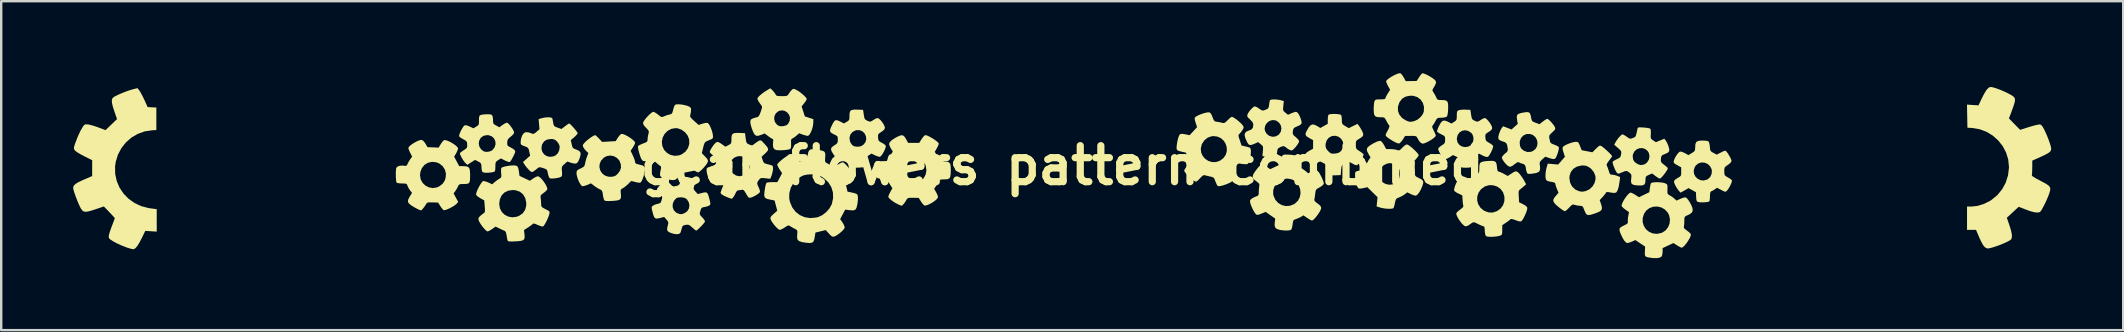
<source format=kicad_pcb>
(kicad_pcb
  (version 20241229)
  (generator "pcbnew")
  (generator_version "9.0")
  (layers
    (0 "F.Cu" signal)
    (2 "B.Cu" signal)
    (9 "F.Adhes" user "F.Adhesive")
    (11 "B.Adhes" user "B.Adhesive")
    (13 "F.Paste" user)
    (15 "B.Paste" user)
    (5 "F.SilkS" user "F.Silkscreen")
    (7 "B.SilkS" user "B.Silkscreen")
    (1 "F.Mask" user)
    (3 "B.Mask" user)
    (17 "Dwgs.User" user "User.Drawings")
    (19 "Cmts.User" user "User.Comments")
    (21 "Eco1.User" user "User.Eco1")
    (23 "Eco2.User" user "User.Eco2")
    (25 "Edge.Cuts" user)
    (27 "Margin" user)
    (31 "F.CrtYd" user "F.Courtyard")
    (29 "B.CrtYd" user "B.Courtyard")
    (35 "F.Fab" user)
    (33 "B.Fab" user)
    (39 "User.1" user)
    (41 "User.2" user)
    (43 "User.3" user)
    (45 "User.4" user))
  (footprint "gear flowers pattern combined"
    (layer "F.Cu")
    (at 41.208 3.841)
    (property "Reference" "gear flowers pattern combined" (at 0 0 0) (layer "F.SilkS") (effects (font (size 1.5 1.5) (thickness 0.3))))
    (attr board_only exclude_from_pos_files exclude_from_bom)
    (fp_poly (pts (xy -38.455 -3.124) (xy -38.409 -3.053) (xy -38.347 -2.941) (xy -38.28 -2.807) (xy -38.243 -2.729) (xy -38.108 -2.43) (xy -37.926 -2.42) (xy -37.744 -2.411) (xy -37.744 -1.941) (xy -37.744 -1.472) (xy -37.922 -1.463) (xy -38.231 -1.417) (xy -38.52 -1.313) (xy -38.782 -1.159) (xy -39.01 -0.96) (xy -39.199 -0.721) (xy -39.343 -0.45) (xy -39.435 -0.153) (xy -39.464 0.043) (xy -39.459 0.354) (xy -39.395 0.65) (xy -39.278 0.926) (xy -39.112 1.174) (xy -38.902 1.39) (xy -38.653 1.567) (xy -38.372 1.699) (xy -38.062 1.779) (xy -38.011 1.786) (xy -37.728 1.824) (xy -37.728 2.291) (xy -37.728 2.759) (xy -37.967 2.744) (xy -38.205 2.728) (xy -38.331 2.987) (xy -38.439 3.198) (xy -38.532 3.35) (xy -38.612 3.446) (xy -38.682 3.489) (xy -38.707 3.492) (xy -38.774 3.48) (xy -38.878 3.452) (xy -38.99 3.416) (xy -39.186 3.339) (xy -39.382 3.25) (xy -39.553 3.158) (xy -39.648 3.097) (xy -39.71 3.044) (xy -39.729 2.985) (xy -39.722 2.915) (xy -39.702 2.833) (xy -39.664 2.712) (xy -39.614 2.572) (xy -39.589 2.508) (xy -39.54 2.381) (xy -39.502 2.279) (xy -39.479 2.215) (xy -39.475 2.2) (xy -39.496 2.172) (xy -39.553 2.107) (xy -39.636 2.018) (xy -39.703 1.947) (xy -39.93 1.711) (xy -40.281 1.829) (xy -40.469 1.889) (xy -40.608 1.924) (xy -40.709 1.932) (xy -40.783 1.913) (xy -40.84 1.865) (xy -40.893 1.787) (xy -40.906 1.763) (xy -40.966 1.639) (xy -41.034 1.479) (xy -41.101 1.306) (xy -41.159 1.141) (xy -41.199 1.006) (xy -41.205 0.979) (xy -41.208 0.905) (xy -41.178 0.837) (xy -41.109 0.771) (xy -40.994 0.7) (xy -40.826 0.62) (xy -40.738 0.581) (xy -40.419 0.445) (xy -40.418 0.115) (xy -40.416 -0.215) (xy -40.755 -0.385) (xy -40.903 -0.463) (xy -41.026 -0.537) (xy -41.113 -0.6) (xy -41.146 -0.633) (xy -41.17 -0.677) (xy -41.178 -0.722) (xy -41.168 -0.784) (xy -41.139 -0.88) (xy -41.109 -0.963) (xy -41.011 -1.215) (xy -40.907 -1.437) (xy -40.806 -1.611) (xy -40.793 -1.63) (xy -40.746 -1.686) (xy -40.697 -1.71) (xy -40.619 -1.709) (xy -40.578 -1.704) (xy -40.48 -1.683) (xy -40.345 -1.645) (xy -40.198 -1.596) (xy -40.146 -1.576) (xy -39.862 -1.468) (xy -39.622 -1.699) (xy -39.382 -1.929) (xy -39.493 -2.251) (xy -39.556 -2.447) (xy -39.591 -2.594) (xy -39.6 -2.701) (xy -39.582 -2.778) (xy -39.545 -2.826) (xy -39.475 -2.873) (xy -39.359 -2.932) (xy -39.212 -2.997) (xy -39.052 -3.062) (xy -38.893 -3.119) (xy -38.751 -3.162) (xy -38.747 -3.163) (xy -38.531 -3.219)) (stroke (width 0) (type solid)) (fill yes) (layer "F.SilkS"))
    (fp_poly (pts (xy 11.468 -2.137) (xy 11.562 -2.123) (xy 11.616 -2.102) (xy 11.62 -2.098) (xy 11.636 -2.042) (xy 11.646 -1.948) (xy 11.648 -1.888) (xy 11.651 -1.788) (xy 11.67 -1.728) (xy 11.719 -1.682) (xy 11.792 -1.637) (xy 11.936 -1.552) (xy 12.118 -1.641) (xy 12.3 -1.73) (xy 12.362 -1.65) (xy 12.415 -1.57) (xy 12.474 -1.466) (xy 12.495 -1.427) (xy 12.536 -1.325) (xy 12.536 -1.25) (xy 12.49 -1.187) (xy 12.39 -1.12) (xy 12.365 -1.106) (xy 12.287 -1.058) (xy 12.247 -1.014) (xy 12.233 -0.95) (xy 12.231 -0.86) (xy 12.233 -0.763) (xy 12.249 -0.702) (xy 12.291 -0.656) (xy 12.373 -0.601) (xy 12.393 -0.589) (xy 12.479 -0.529) (xy 12.538 -0.478) (xy 12.554 -0.453) (xy 12.537 -0.392) (xy 12.494 -0.299) (xy 12.437 -0.197) (xy 12.377 -0.106) (xy 12.329 -0.049) (xy 12.287 -0.015) (xy 12.25 -0.005) (xy 12.199 -0.02) (xy 12.113 -0.064) (xy 12.091 -0.076) (xy 11.923 -0.167) (xy 11.778 -0.085) (xy 11.698 -0.037) (xy 11.653 0.006) (xy 11.631 0.065) (xy 11.619 0.161) (xy 11.616 0.201) (xy 11.6 0.404) (xy 11.357 0.414) (xy 11.198 0.413) (xy 11.101 0.398) (xy 11.074 0.383) (xy 11.051 0.33) (xy 11.037 0.235) (xy 11.034 0.163) (xy 11.034 -0.016) (xy 10.887 -0.094) (xy 10.74 -0.172) (xy 10.573 -0.086) (xy 10.478 -0.039) (xy 10.421 -0.021) (xy 10.382 -0.028) (xy 10.345 -0.057) (xy 10.292 -0.122) (xy 10.232 -0.218) (xy 10.177 -0.324) (xy 10.138 -0.418) (xy 10.128 -0.468) (xy 10.154 -0.51) (xy 10.222 -0.565) (xy 10.289 -0.607) (xy 10.45 -0.696) (xy 10.45 -0.852) (xy 10.969 -0.852) (xy 10.977 -0.751) (xy 11.01 -0.675) (xy 11.081 -0.593) (xy 11.083 -0.591) (xy 11.156 -0.524) (xy 11.216 -0.493) (xy 11.293 -0.488) (xy 11.364 -0.493) (xy 11.48 -0.513) (xy 11.56 -0.552) (xy 11.622 -0.611) (xy 11.697 -0.735) (xy 11.716 -0.866) (xy 11.689 -0.994) (xy 11.621 -1.105) (xy 11.521 -1.189) (xy 11.395 -1.233) (xy 11.251 -1.227) (xy 11.239 -1.224) (xy 11.111 -1.159) (xy 11.019 -1.048) (xy 10.973 -0.907) (xy 10.969 -0.852) (xy 10.45 -0.852) (xy 10.45 -0.874) (xy 10.45 -1.052) (xy 10.289 -1.141) (xy 10.186 -1.205) (xy 10.139 -1.265) (xy 10.139 -1.336) (xy 10.181 -1.433) (xy 10.266 -1.58) (xy 10.342 -1.67) (xy 10.421 -1.706) (xy 10.511 -1.694) (xy 10.623 -1.637) (xy 10.626 -1.636) (xy 10.751 -1.558) (xy 10.906 -1.645) (xy 11.061 -1.731) (xy 11.061 -1.905) (xy 11.067 -2.009) (xy 11.082 -2.087) (xy 11.094 -2.112) (xy 11.146 -2.132) (xy 11.239 -2.142) (xy 11.353 -2.144)) (stroke (width 0) (type solid)) (fill yes) (layer "F.SilkS"))
    (fp_poly (pts (xy 13.265 -1.02) (xy 13.311 -0.983) (xy 13.369 -0.907) (xy 13.409 -0.841) (xy 13.497 -0.679) (xy 13.668 -0.679) (xy 13.789 -0.672) (xy 13.902 -0.655) (xy 13.942 -0.643) (xy 14.005 -0.626) (xy 14.052 -0.633) (xy 14.104 -0.673) (xy 14.169 -0.74) (xy 14.257 -0.822) (xy 14.335 -0.868) (xy 14.363 -0.874) (xy 14.415 -0.852) (xy 14.496 -0.795) (xy 14.592 -0.716) (xy 14.689 -0.627) (xy 14.773 -0.54) (xy 14.832 -0.468) (xy 14.852 -0.427) (xy 14.831 -0.383) (xy 14.778 -0.311) (xy 14.72 -0.244) (xy 14.589 -0.102) (xy 14.639 0.047) (xy 14.671 0.167) (xy 14.689 0.288) (xy 14.69 0.321) (xy 14.694 0.392) (xy 14.714 0.439) (xy 14.765 0.479) (xy 14.861 0.529) (xy 14.868 0.532) (xy 14.975 0.591) (xy 15.03 0.647) (xy 15.041 0.718) (xy 15.015 0.823) (xy 15 0.866) (xy 14.941 1.004) (xy 14.872 1.125) (xy 14.802 1.214) (xy 14.739 1.259) (xy 14.723 1.262) (xy 14.657 1.248) (xy 14.562 1.213) (xy 14.517 1.193) (xy 14.374 1.123) (xy 14.262 1.209) (xy 14.156 1.276) (xy 14.041 1.331) (xy 14.024 1.338) (xy 13.95 1.368) (xy 13.907 1.406) (xy 13.881 1.472) (xy 13.861 1.56) (xy 13.838 1.665) (xy 13.815 1.746) (xy 13.803 1.775) (xy 13.756 1.798) (xy 13.663 1.808) (xy 13.542 1.806) (xy 13.411 1.793) (xy 13.286 1.768) (xy 13.254 1.759) (xy 13.096 1.71) (xy 13.116 1.518) (xy 13.136 1.325) (xy 12.923 1.117) (xy 12.711 0.908) (xy 12.555 0.944) (xy 12.454 0.962) (xy 12.373 0.965) (xy 12.349 0.961) (xy 12.307 0.916) (xy 12.267 0.823) (xy 12.232 0.7) (xy 12.207 0.563) (xy 12.198 0.432) (xy 12.199 0.41) (xy 13.205 0.41) (xy 13.24 0.56) (xy 13.252 0.585) (xy 13.345 0.701) (xy 13.476 0.776) (xy 13.627 0.807) (xy 13.781 0.787) (xy 13.852 0.759) (xy 13.965 0.666) (xy 14.04 0.535) (xy 14.074 0.383) (xy 14.062 0.225) (xy 14.024 0.125) (xy 13.958 0.048) (xy 13.855 -0.025) (xy 13.739 -0.078) (xy 13.647 -0.096) (xy 13.53 -0.074) (xy 13.405 -0.014) (xy 13.302 0.068) (xy 13.267 0.112) (xy 13.214 0.251) (xy 13.205 0.41) (xy 12.199 0.41) (xy 12.2 0.333) (xy 12.214 0.278) (xy 12.251 0.25) (xy 12.32 0.23) (xy 12.421 0.206) (xy 12.509 0.189) (xy 12.517 0.188) (xy 12.574 0.164) (xy 12.617 0.099) (xy 12.642 0.033) (xy 12.691 -0.084) (xy 12.751 -0.198) (xy 12.767 -0.222) (xy 12.842 -0.334) (xy 12.763 -0.469) (xy 12.702 -0.59) (xy 12.689 -0.68) (xy 12.724 -0.753) (xy 12.812 -0.826) (xy 12.821 -0.833) (xy 12.975 -0.926) (xy 13.109 -0.99) (xy 13.214 -1.021)) (stroke (width 0) (type solid)) (fill yes) (layer "F.SilkS"))
    (fp_poly (pts (xy 38.772 -3.253) (xy 38.904 -3.214) (xy 39.061 -3.156) (xy 39.227 -3.087) (xy 39.386 -3.012) (xy 39.523 -2.939) (xy 39.617 -2.877) (xy 39.665 -2.83) (xy 39.691 -2.776) (xy 39.694 -2.703) (xy 39.673 -2.601) (xy 39.628 -2.459) (xy 39.572 -2.303) (xy 39.442 -1.957) (xy 39.674 -1.719) (xy 39.907 -1.481) (xy 40.288 -1.602) (xy 40.465 -1.654) (xy 40.609 -1.689) (xy 40.709 -1.705) (xy 40.746 -1.703) (xy 40.792 -1.677) (xy 40.842 -1.616) (xy 40.902 -1.511) (xy 40.956 -1.4) (xy 41.025 -1.244) (xy 41.092 -1.077) (xy 41.144 -0.93) (xy 41.156 -0.893) (xy 41.187 -0.784) (xy 41.202 -0.699) (xy 41.193 -0.631) (xy 41.155 -0.571) (xy 41.082 -0.514) (xy 40.966 -0.45) (xy 40.801 -0.372) (xy 40.664 -0.31) (xy 40.414 -0.198) (xy 40.414 0.076) (xy 40.411 0.208) (xy 40.406 0.318) (xy 40.398 0.388) (xy 40.395 0.399) (xy 40.403 0.429) (xy 40.451 0.472) (xy 40.546 0.53) (xy 40.692 0.609) (xy 40.736 0.632) (xy 40.913 0.725) (xy 41.039 0.799) (xy 41.118 0.864) (xy 41.158 0.93) (xy 41.164 1.005) (xy 41.143 1.1) (xy 41.112 1.197) (xy 41.056 1.34) (xy 40.982 1.507) (xy 40.905 1.666) (xy 40.89 1.694) (xy 40.824 1.818) (xy 40.775 1.896) (xy 40.735 1.939) (xy 40.691 1.958) (xy 40.632 1.965) (xy 40.622 1.965) (xy 40.501 1.953) (xy 40.326 1.905) (xy 40.171 1.849) (xy 39.847 1.726) (xy 39.601 1.953) (xy 39.354 2.181) (xy 39.465 2.503) (xy 39.529 2.714) (xy 39.562 2.875) (xy 39.566 2.957) (xy 39.558 3.027) (xy 39.537 3.076) (xy 39.49 3.117) (xy 39.404 3.165) (xy 39.346 3.194) (xy 39.205 3.258) (xy 39.046 3.322) (xy 38.883 3.38) (xy 38.734 3.426) (xy 38.614 3.455) (xy 38.554 3.462) (xy 38.478 3.436) (xy 38.4 3.37) (xy 38.399 3.368) (xy 38.351 3.296) (xy 38.29 3.184) (xy 38.225 3.049) (xy 38.195 2.98) (xy 38.07 2.686) (xy 37.883 2.686) (xy 37.696 2.686) (xy 37.696 2.2) (xy 37.696 1.715) (xy 37.898 1.714) (xy 38.133 1.687) (xy 38.383 1.611) (xy 38.628 1.493) (xy 38.71 1.441) (xy 38.956 1.241) (xy 39.156 0.998) (xy 39.306 0.722) (xy 39.403 0.42) (xy 39.442 0.101) (xy 39.442 0.055) (xy 39.411 -0.25) (xy 39.322 -0.538) (xy 39.181 -0.804) (xy 38.995 -1.039) (xy 38.77 -1.239) (xy 38.512 -1.397) (xy 38.227 -1.505) (xy 37.922 -1.558) (xy 37.89 -1.56) (xy 37.712 -1.57) (xy 37.703 -2.051) (xy 37.694 -2.532) (xy 37.934 -2.517) (xy 38.174 -2.502) (xy 38.309 -2.788) (xy 38.413 -2.992) (xy 38.503 -3.137) (xy 38.584 -3.227) (xy 38.658 -3.266) (xy 38.68 -3.268)) (stroke (width 0) (type solid)) (fill yes) (layer "F.SilkS"))
    (fp_poly (pts (xy -12.081 -3.135) (xy -12.008 -3.054) (xy -11.953 -2.972) (xy -11.925 -2.926) (xy -11.888 -2.9) (xy -11.825 -2.889) (xy -11.719 -2.886) (xy -11.682 -2.885) (xy -11.563 -2.887) (xy -11.489 -2.896) (xy -11.444 -2.919) (xy -11.409 -2.963) (xy -11.391 -2.99) (xy -11.331 -3.076) (xy -11.269 -3.147) (xy -11.264 -3.151) (xy -11.222 -3.183) (xy -11.181 -3.189) (xy -11.119 -3.165) (xy -11.066 -3.139) (xy -10.97 -3.081) (xy -10.867 -3.004) (xy -10.77 -2.92) (xy -10.693 -2.843) (xy -10.65 -2.783) (xy -10.645 -2.767) (xy -10.664 -2.721) (xy -10.712 -2.645) (xy -10.752 -2.592) (xy -10.859 -2.457) (xy -10.793 -2.25) (xy -10.726 -2.042) (xy -10.548 -1.984) (xy -10.37 -1.925) (xy -10.375 -1.759) (xy -10.39 -1.636) (xy -10.424 -1.507) (xy -10.472 -1.386) (xy -10.526 -1.291) (xy -10.58 -1.237) (xy -10.603 -1.229) (xy -10.667 -1.24) (xy -10.763 -1.267) (xy -10.813 -1.283) (xy -10.964 -1.338) (xy -11.078 -1.238) (xy -11.159 -1.173) (xy -11.23 -1.128) (xy -11.25 -1.12) (xy -11.283 -1.099) (xy -11.299 -1.054) (xy -11.301 -0.968) (xy -11.298 -0.913) (xy -11.298 -0.782) (xy -11.317 -0.706) (xy -11.332 -0.687) (xy -11.389 -0.665) (xy -11.491 -0.647) (xy -11.618 -0.634) (xy -11.751 -0.629) (xy -11.868 -0.633) (xy -11.901 -0.637) (xy -11.992 -0.672) (xy -12.043 -0.749) (xy -12.055 -0.874) (xy -12.048 -0.955) (xy -12.041 -1.054) (xy -12.055 -1.098) (xy -12.062 -1.1) (xy -12.105 -1.119) (xy -12.179 -1.166) (xy -12.248 -1.216) (xy -12.399 -1.331) (xy -12.526 -1.28) (xy -12.653 -1.237) (xy -12.741 -1.232) (xy -12.806 -1.272) (xy -12.862 -1.362) (xy -12.887 -1.416) (xy -12.937 -1.544) (xy -12.976 -1.676) (xy -12.991 -1.748) (xy -12.997 -1.841) (xy -12.976 -1.903) (xy -12.941 -1.93) (xy -12.004 -1.93) (xy -11.969 -1.804) (xy -11.885 -1.696) (xy -11.826 -1.654) (xy -11.734 -1.63) (xy -11.618 -1.635) (xy -11.508 -1.666) (xy -11.453 -1.7) (xy -11.4 -1.77) (xy -11.357 -1.861) (xy -11.357 -1.862) (xy -11.343 -1.992) (xy -11.382 -2.111) (xy -11.461 -2.208) (xy -11.568 -2.273) (xy -11.691 -2.294) (xy -11.817 -2.263) (xy -11.82 -2.261) (xy -11.93 -2.174) (xy -11.991 -2.058) (xy -12.004 -1.93) (xy -12.941 -1.93) (xy -12.917 -1.947) (xy -12.809 -1.984) (xy -12.749 -1.999) (xy -12.687 -2.019) (xy -12.644 -2.054) (xy -12.608 -2.119) (xy -12.566 -2.229) (xy -12.564 -2.234) (xy -12.527 -2.345) (xy -12.51 -2.414) (xy -12.513 -2.459) (xy -12.536 -2.499) (xy -12.555 -2.524) (xy -12.62 -2.615) (xy -12.67 -2.697) (xy -12.699 -2.758) (xy -12.698 -2.802) (xy -12.659 -2.854) (xy -12.623 -2.892) (xy -12.539 -2.966) (xy -12.428 -3.049) (xy -12.344 -3.104) (xy -12.164 -3.213)) (stroke (width 0) (type solid)) (fill yes) (layer "F.SilkS"))
    (fp_poly (pts (xy -18.307 -1.307) (xy -18.21 -1.27) (xy -18.097 -1.21) (xy -17.985 -1.137) (xy -17.887 -1.061) (xy -17.819 -0.992) (xy -17.796 -0.944) (xy -17.813 -0.887) (xy -17.857 -0.802) (xy -17.89 -0.748) (xy -17.984 -0.607) (xy -17.89 -0.409) (xy -17.842 -0.297) (xy -17.808 -0.198) (xy -17.796 -0.14) (xy -17.786 -0.096) (xy -17.746 -0.067) (xy -17.662 -0.042) (xy -17.621 -0.033) (xy -17.492 0.000177) (xy -17.417 0.043) (xy -17.387 0.11) (xy -17.392 0.216) (xy -17.406 0.295) (xy -17.444 0.451) (xy -17.49 0.583) (xy -17.539 0.678) (xy -17.583 0.722) (xy -17.632 0.722) (xy -17.72 0.708) (xy -17.789 0.692) (xy -17.959 0.648) (xy -18.086 0.775) (xy -18.178 0.858) (xy -18.27 0.928) (xy -18.312 0.953) (xy -18.366 0.985) (xy -18.394 1.02) (xy -18.4 1.079) (xy -18.391 1.18) (xy -18.39 1.191) (xy -18.384 1.303) (xy -18.398 1.379) (xy -18.442 1.428) (xy -18.526 1.457) (xy -18.66 1.474) (xy -18.76 1.48) (xy -18.908 1.486) (xy -19.005 1.482) (xy -19.06 1.467) (xy -19.08 1.452) (xy -19.104 1.397) (xy -19.127 1.301) (xy -19.139 1.224) (xy -19.156 1.117) (xy -19.18 1.055) (xy -19.221 1.018) (xy -19.261 0.999) (xy -19.347 0.955) (xy -19.45 0.888) (xy -19.499 0.853) (xy -19.636 0.748) (xy -19.796 0.816) (xy -19.896 0.851) (xy -19.976 0.867) (xy -20.005 0.865) (xy -20.054 0.82) (xy -20.109 0.731) (xy -20.163 0.617) (xy -20.207 0.496) (xy -20.233 0.386) (xy -20.237 0.344) (xy -20.235 0.267) (xy -20.216 0.218) (xy -20.168 0.179) (xy -20.074 0.131) (xy -20.071 0.13) (xy -19.982 0.083) (xy -19.283 0.083) (xy -19.245 0.219) (xy -19.167 0.336) (xy -19.052 0.425) (xy -18.906 0.472) (xy -18.785 0.475) (xy -18.673 0.457) (xy -18.591 0.414) (xy -18.519 0.345) (xy -18.425 0.218) (xy -18.385 0.092) (xy -18.393 -0.048) (xy -18.449 -0.196) (xy -18.55 -0.309) (xy -18.68 -0.382) (xy -18.827 -0.411) (xy -18.976 -0.389) (xy -19.104 -0.32) (xy -19.217 -0.197) (xy -19.275 -0.059) (xy -19.283 0.083) (xy -19.982 0.083) (xy -19.973 0.079) (xy -19.919 0.033) (xy -19.892 -0.026) (xy -19.881 -0.081) (xy -19.855 -0.194) (xy -19.817 -0.321) (xy -19.802 -0.362) (xy -19.745 -0.514) (xy -19.825 -0.589) (xy -19.898 -0.67) (xy -19.951 -0.751) (xy -19.976 -0.809) (xy -19.971 -0.855) (xy -19.93 -0.914) (xy -19.899 -0.95) (xy -19.829 -1.019) (xy -19.735 -1.096) (xy -19.634 -1.169) (xy -19.542 -1.228) (xy -19.476 -1.259) (xy -19.463 -1.262) (xy -19.428 -1.24) (xy -19.365 -1.183) (xy -19.304 -1.12) (xy -19.171 -0.979) (xy -18.889 -0.995) (xy -18.606 -1.011) (xy -18.517 -1.153) (xy -18.455 -1.238) (xy -18.397 -1.297) (xy -18.372 -1.312)) (stroke (width 0) (type solid)) (fill yes) (layer "F.SilkS"))
    (fp_poly (pts (xy -21.336 -2) (xy -21.266 -1.98) (xy -21.248 -1.962) (xy -21.233 -1.904) (xy -21.216 -1.811) (xy -21.21 -1.774) (xy -21.193 -1.689) (xy -21.164 -1.639) (xy -21.104 -1.603) (xy -21.027 -1.574) (xy -20.865 -1.516) (xy -20.717 -1.632) (xy -20.633 -1.694) (xy -20.569 -1.736) (xy -20.544 -1.747) (xy -20.508 -1.724) (xy -20.446 -1.664) (xy -20.37 -1.583) (xy -20.295 -1.494) (xy -20.232 -1.414) (xy -20.195 -1.357) (xy -20.191 -1.343) (xy -20.213 -1.299) (xy -20.273 -1.232) (xy -20.333 -1.175) (xy -20.476 -1.052) (xy -20.44 -0.884) (xy -20.416 -0.785) (xy -20.385 -0.728) (xy -20.328 -0.69) (xy -20.241 -0.657) (xy -20.135 -0.608) (xy -20.078 -0.547) (xy -20.066 -0.462) (xy -20.094 -0.34) (xy -20.116 -0.276) (xy -20.17 -0.155) (xy -20.229 -0.09) (xy -20.308 -0.073) (xy -20.423 -0.096) (xy -20.453 -0.105) (xy -20.622 -0.159) (xy -20.742 -0.055) (xy -20.808 0.005) (xy -20.842 0.054) (xy -20.853 0.117) (xy -20.848 0.215) (xy -20.845 0.247) (xy -20.838 0.359) (xy -20.844 0.424) (xy -20.866 0.461) (xy -20.902 0.485) (xy -20.975 0.51) (xy -21.084 0.532) (xy -21.162 0.542) (xy -21.271 0.548) (xy -21.333 0.542) (xy -21.369 0.517) (xy -21.383 0.494) (xy -21.411 0.419) (xy -21.435 0.319) (xy -21.439 0.298) (xy -21.456 0.22) (xy -21.487 0.173) (xy -21.55 0.139) (xy -21.623 0.113) (xy -21.72 0.084) (xy -21.78 0.077) (xy -21.825 0.093) (xy -21.87 0.127) (xy -21.978 0.213) (xy -22.049 0.261) (xy -22.098 0.276) (xy -22.142 0.259) (xy -22.194 0.213) (xy -22.217 0.191) (xy -22.303 0.098) (xy -22.38 -0.002) (xy -22.399 -0.03) (xy -22.468 -0.141) (xy -22.319 -0.273) (xy -22.171 -0.404) (xy -22.206 -0.572) (xy -22.23 -0.671) (xy -22.242 -0.694) (xy -21.699 -0.694) (xy -21.663 -0.562) (xy -21.584 -0.456) (xy -21.473 -0.385) (xy -21.341 -0.356) (xy -21.198 -0.376) (xy -21.106 -0.419) (xy -21.016 -0.508) (xy -20.958 -0.632) (xy -20.94 -0.767) (xy -20.948 -0.826) (xy -20.986 -0.907) (xy -21.05 -0.993) (xy -21.063 -1.007) (xy -21.14 -1.069) (xy -21.223 -1.096) (xy -21.307 -1.1) (xy -21.469 -1.074) (xy -21.591 -0.999) (xy -21.671 -0.877) (xy -21.682 -0.844) (xy -21.699 -0.694) (xy -22.242 -0.694) (xy -22.261 -0.728) (xy -22.318 -0.766) (xy -22.405 -0.8) (xy -22.499 -0.837) (xy -22.548 -0.87) (xy -22.565 -0.917) (xy -22.566 -0.989) (xy -22.55 -1.106) (xy -22.511 -1.226) (xy -22.502 -1.247) (xy -22.434 -1.344) (xy -22.348 -1.386) (xy -22.234 -1.375) (xy -22.147 -1.345) (xy -22.074 -1.317) (xy -22.023 -1.315) (xy -21.969 -1.345) (xy -21.905 -1.399) (xy -21.782 -1.505) (xy -21.799 -1.717) (xy -21.817 -1.929) (xy -21.687 -1.967) (xy -21.564 -1.994) (xy -21.441 -2.005)) (stroke (width 0) (type solid)) (fill yes) (layer "F.SilkS"))
    (fp_poly (pts (xy 16.807 -2.323) (xy 17.003 -2.314) (xy 17.033 -2.114) (xy 17.052 -2.003) (xy 17.075 -1.936) (xy 17.114 -1.896) (xy 17.18 -1.861) (xy 17.183 -1.86) (xy 17.26 -1.828) (xy 17.314 -1.825) (xy 17.373 -1.853) (xy 17.428 -1.889) (xy 17.515 -1.941) (xy 17.589 -1.971) (xy 17.609 -1.974) (xy 17.659 -1.948) (xy 17.727 -1.882) (xy 17.799 -1.793) (xy 17.862 -1.696) (xy 17.896 -1.626) (xy 17.912 -1.553) (xy 17.892 -1.494) (xy 17.825 -1.433) (xy 17.754 -1.388) (xy 17.673 -1.335) (xy 17.634 -1.289) (xy 17.624 -1.227) (xy 17.628 -1.161) (xy 17.64 -1.074) (xy 17.668 -1.018) (xy 17.728 -0.972) (xy 17.791 -0.937) (xy 17.878 -0.882) (xy 17.938 -0.828) (xy 17.952 -0.803) (xy 17.943 -0.74) (xy 17.908 -0.644) (xy 17.857 -0.537) (xy 17.801 -0.439) (xy 17.75 -0.371) (xy 17.731 -0.356) (xy 17.665 -0.352) (xy 17.556 -0.391) (xy 17.518 -0.41) (xy 17.358 -0.492) (xy 17.239 -0.416) (xy 17.17 -0.368) (xy 17.137 -0.324) (xy 17.131 -0.26) (xy 17.139 -0.176) (xy 17.143 -0.054) (xy 17.118 0.026) (xy 17.056 0.072) (xy 16.945 0.093) (xy 16.824 0.097) (xy 16.702 0.094) (xy 16.627 0.083) (xy 16.586 0.06) (xy 16.568 0.034) (xy 16.547 -0.037) (xy 16.535 -0.138) (xy 16.534 -0.171) (xy 16.53 -0.262) (xy 16.505 -0.315) (xy 16.444 -0.354) (xy 16.405 -0.372) (xy 16.277 -0.43) (xy 16.147 -0.344) (xy 16.033 -0.28) (xy 15.947 -0.264) (xy 15.878 -0.298) (xy 15.834 -0.348) (xy 15.761 -0.458) (xy 15.702 -0.568) (xy 15.666 -0.658) (xy 15.661 -0.691) (xy 15.686 -0.734) (xy 15.751 -0.792) (xy 15.806 -0.83) (xy 15.891 -0.888) (xy 15.935 -0.937) (xy 15.95 -1.001) (xy 15.952 -1.07) (xy 15.951 -1.099) (xy 16.437 -1.099) (xy 16.465 -0.964) (xy 16.54 -0.858) (xy 16.65 -0.788) (xy 16.78 -0.761) (xy 16.917 -0.783) (xy 16.994 -0.821) (xy 17.08 -0.909) (xy 17.126 -1.03) (xy 17.131 -1.162) (xy 17.093 -1.285) (xy 17.04 -1.355) (xy 16.914 -1.437) (xy 16.78 -1.464) (xy 16.654 -1.44) (xy 16.546 -1.37) (xy 16.47 -1.26) (xy 16.438 -1.116) (xy 16.437 -1.099) (xy 15.951 -1.099) (xy 15.949 -1.157) (xy 15.931 -1.209) (xy 15.882 -1.249) (xy 15.792 -1.294) (xy 15.699 -1.343) (xy 15.634 -1.389) (xy 15.615 -1.411) (xy 15.621 -1.459) (xy 15.652 -1.545) (xy 15.7 -1.652) (xy 15.703 -1.657) (xy 15.775 -1.782) (xy 15.842 -1.852) (xy 15.917 -1.87) (xy 16.015 -1.843) (xy 16.081 -1.812) (xy 16.214 -1.744) (xy 16.326 -1.813) (xy 16.388 -1.856) (xy 16.421 -1.899) (xy 16.435 -1.964) (xy 16.437 -2.073) (xy 16.437 -2.074) (xy 16.44 -2.183) (xy 16.451 -2.245) (xy 16.48 -2.279) (xy 16.524 -2.3) (xy 16.604 -2.316) (xy 16.718 -2.324)) (stroke (width 0) (type solid)) (fill yes) (layer "F.SilkS"))
    (fp_poly (pts (xy -8.52 -2.323) (xy -8.517 -2.323) (xy -8.299 -2.314) (xy -8.27 -2.114) (xy -8.251 -2.003) (xy -8.228 -1.936) (xy -8.189 -1.896) (xy -8.123 -1.861) (xy -8.12 -1.86) (xy -8.043 -1.828) (xy -7.989 -1.825) (xy -7.93 -1.853) (xy -7.875 -1.889) (xy -7.788 -1.941) (xy -7.716 -1.971) (xy -7.696 -1.974) (xy -7.638 -1.947) (xy -7.564 -1.878) (xy -7.487 -1.781) (xy -7.422 -1.672) (xy -7.417 -1.661) (xy -7.39 -1.583) (xy -7.4 -1.52) (xy -7.453 -1.458) (xy -7.557 -1.384) (xy -7.572 -1.375) (xy -7.642 -1.325) (xy -7.673 -1.275) (xy -7.677 -1.199) (xy -7.674 -1.158) (xy -7.663 -1.068) (xy -7.634 -1.013) (xy -7.572 -0.97) (xy -7.519 -0.943) (xy -7.43 -0.892) (xy -7.369 -0.84) (xy -7.355 -0.819) (xy -7.357 -0.759) (xy -7.388 -0.668) (xy -7.437 -0.564) (xy -7.496 -0.466) (xy -7.554 -0.39) (xy -7.602 -0.356) (xy -7.606 -0.356) (xy -7.671 -0.37) (xy -7.764 -0.404) (xy -7.808 -0.424) (xy -7.949 -0.493) (xy -8.067 -0.416) (xy -8.136 -0.367) (xy -8.169 -0.322) (xy -8.174 -0.257) (xy -8.168 -0.178) (xy -8.161 -0.061) (xy -8.179 0.015) (xy -8.23 0.059) (xy -8.326 0.082) (xy -8.457 0.092) (xy -8.582 0.096) (xy -8.659 0.092) (xy -8.703 0.076) (xy -8.729 0.045) (xy -8.733 0.038) (xy -8.756 -0.036) (xy -8.768 -0.138) (xy -8.769 -0.168) (xy -8.774 -0.26) (xy -8.802 -0.315) (xy -8.869 -0.361) (xy -8.89 -0.373) (xy -9.011 -0.439) (xy -9.167 -0.342) (xy -9.265 -0.288) (xy -9.337 -0.272) (xy -9.4 -0.297) (xy -9.467 -0.369) (xy -9.537 -0.467) (xy -9.61 -0.586) (xy -9.636 -0.673) (xy -9.615 -0.741) (xy -9.545 -0.804) (xy -9.498 -0.834) (xy -9.413 -0.89) (xy -9.37 -0.939) (xy -9.354 -1.003) (xy -9.352 -1.071) (xy -9.355 -1.151) (xy -8.865 -1.151) (xy -8.845 -1.004) (xy -8.817 -0.938) (xy -8.751 -0.845) (xy -8.663 -0.794) (xy -8.534 -0.778) (xy -8.52 -0.778) (xy -8.393 -0.796) (xy -8.287 -0.859) (xy -8.2 -0.967) (xy -8.166 -1.089) (xy -8.178 -1.211) (xy -8.23 -1.323) (xy -8.315 -1.411) (xy -8.427 -1.464) (xy -8.56 -1.47) (xy -8.61 -1.459) (xy -8.743 -1.39) (xy -8.829 -1.283) (xy -8.865 -1.151) (xy -9.355 -1.151) (xy -9.355 -1.164) (xy -9.377 -1.217) (xy -9.432 -1.255) (xy -9.48 -1.278) (xy -9.599 -1.338) (xy -9.663 -1.394) (xy -9.677 -1.464) (xy -9.648 -1.562) (xy -9.614 -1.636) (xy -9.547 -1.77) (xy -9.492 -1.851) (xy -9.436 -1.885) (xy -9.368 -1.878) (xy -9.275 -1.839) (xy -9.258 -1.83) (xy -9.095 -1.748) (xy -8.98 -1.815) (xy -8.916 -1.857) (xy -8.882 -1.9) (xy -8.868 -1.964) (xy -8.866 -2.071) (xy -8.866 -2.073) (xy -8.859 -2.19) (xy -8.832 -2.266) (xy -8.774 -2.308) (xy -8.673 -2.325)) (stroke (width 0) (type solid)) (fill yes) (layer "F.SilkS"))
    (fp_poly (pts (xy 19.431 -2.213) (xy 19.485 -2.169) (xy 19.517 -2.08) (xy 19.534 -1.995) (xy 19.553 -1.902) (xy 19.582 -1.847) (xy 19.64 -1.809) (xy 19.72 -1.777) (xy 19.88 -1.716) (xy 20.024 -1.829) (xy 20.11 -1.891) (xy 20.18 -1.932) (xy 20.208 -1.941) (xy 20.254 -1.917) (xy 20.321 -1.856) (xy 20.398 -1.773) (xy 20.468 -1.685) (xy 20.518 -1.606) (xy 20.523 -1.595) (xy 20.54 -1.545) (xy 20.533 -1.503) (xy 20.492 -1.451) (xy 20.415 -1.379) (xy 20.342 -1.311) (xy 20.301 -1.257) (xy 20.286 -1.198) (xy 20.295 -1.117) (xy 20.325 -0.996) (xy 20.338 -0.95) (xy 20.372 -0.919) (xy 20.448 -0.882) (xy 20.509 -0.859) (xy 20.604 -0.82) (xy 20.67 -0.78) (xy 20.688 -0.759) (xy 20.689 -0.698) (xy 20.668 -0.597) (xy 20.631 -0.477) (xy 20.582 -0.356) (xy 20.578 -0.348) (xy 20.541 -0.29) (xy 20.491 -0.264) (xy 20.413 -0.27) (xy 20.292 -0.305) (xy 20.277 -0.311) (xy 20.125 -0.362) (xy 20.001 -0.254) (xy 19.927 -0.183) (xy 19.894 -0.127) (xy 19.891 -0.062) (xy 19.895 -0.032) (xy 19.91 0.112) (xy 19.896 0.212) (xy 19.844 0.277) (xy 19.747 0.317) (xy 19.595 0.343) (xy 19.559 0.347) (xy 19.457 0.355) (xy 19.401 0.349) (xy 19.37 0.322) (xy 19.35 0.277) (xy 19.325 0.189) (xy 19.317 0.125) (xy 19.298 0.031) (xy 19.251 -0.04) (xy 19.194 -0.066) (xy 19.125 -0.082) (xy 19.058 -0.112) (xy 19.008 -0.134) (xy 18.963 -0.13) (xy 18.904 -0.094) (xy 18.839 -0.043) (xy 18.742 0.027) (xy 18.67 0.055) (xy 18.621 0.051) (xy 18.557 0.013) (xy 18.478 -0.062) (xy 18.401 -0.155) (xy 18.341 -0.248) (xy 18.314 -0.32) (xy 18.314 -0.327) (xy 18.338 -0.379) (xy 18.398 -0.449) (xy 18.444 -0.49) (xy 18.521 -0.555) (xy 18.556 -0.606) (xy 18.562 -0.668) (xy 18.554 -0.742) (xy 18.532 -0.857) (xy 18.497 -0.926) (xy 18.465 -0.948) (xy 19.058 -0.948) (xy 19.072 -0.806) (xy 19.119 -0.706) (xy 19.211 -0.625) (xy 19.23 -0.613) (xy 19.376 -0.557) (xy 19.525 -0.566) (xy 19.609 -0.599) (xy 19.72 -0.687) (xy 19.783 -0.803) (xy 19.801 -0.933) (xy 19.777 -1.063) (xy 19.712 -1.178) (xy 19.608 -1.266) (xy 19.491 -1.309) (xy 19.345 -1.307) (xy 19.217 -1.251) (xy 19.119 -1.152) (xy 19.065 -1.02) (xy 19.058 -0.948) (xy 18.465 -0.948) (xy 18.435 -0.969) (xy 18.35 -0.998) (xy 18.237 -1.041) (xy 18.177 -1.095) (xy 18.165 -1.175) (xy 18.191 -1.294) (xy 18.196 -1.31) (xy 18.238 -1.422) (xy 18.285 -1.518) (xy 18.31 -1.557) (xy 18.37 -1.63) (xy 18.544 -1.563) (xy 18.719 -1.497) (xy 18.849 -1.614) (xy 18.978 -1.731) (xy 18.949 -1.9) (xy 18.936 -2.015) (xy 18.949 -2.092) (xy 19.001 -2.143) (xy 19.099 -2.178) (xy 19.208 -2.201) (xy 19.343 -2.221)) (stroke (width 0) (type solid)) (fill yes) (layer "F.SilkS"))
    (fp_poly (pts (xy 26.786 -1.03) (xy 26.877 -1.018) (xy 26.919 -1.005) (xy 26.95 -0.953) (xy 26.972 -0.85) (xy 26.979 -0.785) (xy 26.989 -0.678) (xy 27.007 -0.613) (xy 27.047 -0.57) (xy 27.121 -0.527) (xy 27.131 -0.521) (xy 27.27 -0.448) (xy 27.427 -0.531) (xy 27.521 -0.578) (xy 27.595 -0.608) (xy 27.622 -0.615) (xy 27.661 -0.588) (xy 27.716 -0.52) (xy 27.776 -0.427) (xy 27.832 -0.328) (xy 27.871 -0.24) (xy 27.885 -0.18) (xy 27.884 -0.178) (xy 27.853 -0.125) (xy 27.784 -0.059) (xy 27.728 -0.019) (xy 27.643 0.039) (xy 27.6 0.087) (xy 27.584 0.151) (xy 27.582 0.248) (xy 27.586 0.348) (xy 27.604 0.409) (xy 27.65 0.453) (xy 27.734 0.501) (xy 27.823 0.555) (xy 27.885 0.604) (xy 27.901 0.626) (xy 27.896 0.679) (xy 27.864 0.768) (xy 27.815 0.871) (xy 27.757 0.97) (xy 27.7 1.046) (xy 27.694 1.051) (xy 27.657 1.086) (xy 27.623 1.097) (xy 27.572 1.083) (xy 27.488 1.041) (xy 27.455 1.024) (xy 27.28 0.932) (xy 27.189 0.995) (xy 27.109 1.045) (xy 27.043 1.077) (xy 27.042 1.078) (xy 27.009 1.103) (xy 26.992 1.159) (xy 26.986 1.26) (xy 26.985 1.291) (xy 26.98 1.398) (xy 26.967 1.476) (xy 26.952 1.505) (xy 26.891 1.523) (xy 26.79 1.535) (xy 26.674 1.54) (xy 26.567 1.537) (xy 26.5 1.526) (xy 26.454 1.506) (xy 26.428 1.469) (xy 26.415 1.397) (xy 26.41 1.309) (xy 26.4 1.116) (xy 26.248 1.032) (xy 26.095 0.947) (xy 25.928 1.041) (xy 25.761 1.136) (xy 25.691 1.061) (xy 25.635 0.988) (xy 25.571 0.886) (xy 25.541 0.831) (xy 25.496 0.73) (xy 25.488 0.66) (xy 25.523 0.603) (xy 25.608 0.543) (xy 25.663 0.511) (xy 25.735 0.468) (xy 25.772 0.425) (xy 25.786 0.362) (xy 25.788 0.261) (xy 25.788 0.212) (xy 26.308 0.212) (xy 26.32 0.346) (xy 26.377 0.463) (xy 26.469 0.555) (xy 26.586 0.614) (xy 26.719 0.63) (xy 26.857 0.594) (xy 26.914 0.563) (xy 27.006 0.468) (xy 27.058 0.339) (xy 27.063 0.201) (xy 27.054 0.161) (xy 26.986 0.028) (xy 26.883 -0.064) (xy 26.759 -0.115) (xy 26.628 -0.122) (xy 26.502 -0.083) (xy 26.396 0.003) (xy 26.352 0.071) (xy 26.308 0.212) (xy 25.788 0.212) (xy 25.787 0.081) (xy 25.623 -0.01) (xy 25.53 -0.064) (xy 25.484 -0.105) (xy 25.473 -0.147) (xy 25.479 -0.188) (xy 25.516 -0.289) (xy 25.574 -0.396) (xy 25.642 -0.491) (xy 25.706 -0.557) (xy 25.743 -0.576) (xy 25.809 -0.566) (xy 25.902 -0.53) (xy 25.948 -0.506) (xy 26.087 -0.428) (xy 26.228 -0.513) (xy 26.311 -0.567) (xy 26.352 -0.615) (xy 26.367 -0.682) (xy 26.37 -0.766) (xy 26.38 -0.894) (xy 26.415 -0.974) (xy 26.487 -1.018) (xy 26.607 -1.034) (xy 26.672 -1.035)) (stroke (width 0) (type solid)) (fill yes) (layer "F.SilkS"))
    (fp_poly (pts (xy 8.904 -2.746) (xy 9.023 -2.733) (xy 9.105 -2.715) (xy 9.23 -2.68) (xy 9.21 -2.481) (xy 9.2 -2.37) (xy 9.204 -2.302) (xy 9.228 -2.256) (xy 9.279 -2.209) (xy 9.297 -2.195) (xy 9.405 -2.109) (xy 9.543 -2.171) (xy 9.64 -2.208) (xy 9.721 -2.23) (xy 9.742 -2.233) (xy 9.798 -2.203) (xy 9.858 -2.121) (xy 9.916 -2) (xy 9.959 -1.87) (xy 9.974 -1.787) (xy 9.958 -1.727) (xy 9.901 -1.678) (xy 9.794 -1.628) (xy 9.759 -1.614) (xy 9.674 -1.573) (xy 9.631 -1.526) (xy 9.61 -1.446) (xy 9.608 -1.427) (xy 9.601 -1.347) (xy 9.614 -1.292) (xy 9.658 -1.238) (xy 9.729 -1.178) (xy 9.806 -1.105) (xy 9.857 -1.04) (xy 9.869 -1.009) (xy 9.848 -0.946) (xy 9.794 -0.859) (xy 9.722 -0.765) (xy 9.647 -0.683) (xy 9.582 -0.631) (xy 9.558 -0.621) (xy 9.496 -0.635) (xy 9.411 -0.68) (xy 9.369 -0.71) (xy 9.288 -0.773) (xy 9.233 -0.801) (xy 9.179 -0.798) (xy 9.101 -0.769) (xy 9.08 -0.76) (xy 8.995 -0.711) (xy 8.964 -0.653) (xy 8.963 -0.639) (xy 8.954 -0.559) (xy 8.933 -0.459) (xy 8.929 -0.445) (xy 8.906 -0.374) (xy 8.877 -0.339) (xy 8.821 -0.327) (xy 8.727 -0.326) (xy 8.604 -0.335) (xy 8.488 -0.352) (xy 8.449 -0.361) (xy 8.339 -0.392) (xy 8.358 -0.594) (xy 8.367 -0.705) (xy 8.362 -0.774) (xy 8.338 -0.821) (xy 8.287 -0.867) (xy 8.268 -0.883) (xy 8.159 -0.97) (xy 8.019 -0.906) (xy 7.899 -0.858) (xy 7.818 -0.848) (xy 7.761 -0.878) (xy 7.711 -0.951) (xy 7.705 -0.963) (xy 7.63 -1.127) (xy 7.598 -1.25) (xy 7.61 -1.339) (xy 7.667 -1.404) (xy 7.772 -1.452) (xy 7.797 -1.46) (xy 7.889 -1.502) (xy 7.914 -1.534) (xy 8.43 -1.534) (xy 8.445 -1.441) (xy 8.516 -1.315) (xy 8.622 -1.232) (xy 8.749 -1.193) (xy 8.881 -1.204) (xy 9.004 -1.268) (xy 9.03 -1.292) (xy 9.107 -1.409) (xy 9.131 -1.541) (xy 9.104 -1.67) (xy 9.031 -1.783) (xy 8.915 -1.864) (xy 8.881 -1.877) (xy 8.751 -1.889) (xy 8.629 -1.849) (xy 8.527 -1.769) (xy 8.457 -1.66) (xy 8.43 -1.534) (xy 7.914 -1.534) (xy 7.94 -1.568) (xy 7.958 -1.676) (xy 7.959 -1.714) (xy 7.931 -1.796) (xy 7.843 -1.895) (xy 7.825 -1.91) (xy 7.746 -1.985) (xy 7.71 -2.041) (xy 7.708 -2.095) (xy 7.711 -2.106) (xy 7.746 -2.182) (xy 7.808 -2.273) (xy 7.884 -2.36) (xy 7.958 -2.428) (xy 8.015 -2.459) (xy 8.021 -2.459) (xy 8.078 -2.441) (xy 8.162 -2.394) (xy 8.207 -2.363) (xy 8.287 -2.307) (xy 8.343 -2.285) (xy 8.4 -2.292) (xy 8.469 -2.318) (xy 8.547 -2.353) (xy 8.589 -2.395) (xy 8.609 -2.466) (xy 8.618 -2.528) (xy 8.632 -2.627) (xy 8.648 -2.7) (xy 8.656 -2.719) (xy 8.701 -2.739) (xy 8.79 -2.749)) (stroke (width 0) (type solid)) (fill yes) (layer "F.SilkS"))
    (fp_poly (pts (xy -23.884 -2.129) (xy -23.796 -2.117) (xy -23.766 -2.103) (xy -23.731 -2.037) (xy -23.717 -1.916) (xy -23.717 -1.897) (xy -23.714 -1.797) (xy -23.696 -1.738) (xy -23.649 -1.696) (xy -23.585 -1.66) (xy -23.454 -1.588) (xy -23.322 -1.684) (xy -23.234 -1.74) (xy -23.16 -1.774) (xy -23.134 -1.78) (xy -23.089 -1.754) (xy -23.025 -1.688) (xy -22.956 -1.599) (xy -22.893 -1.503) (xy -22.85 -1.417) (xy -22.838 -1.378) (xy -22.857 -1.315) (xy -22.936 -1.234) (xy -22.973 -1.204) (xy -23.059 -1.132) (xy -23.103 -1.073) (xy -23.121 -1.002) (xy -23.125 -0.954) (xy -23.124 -0.865) (xy -23.1 -0.815) (xy -23.039 -0.776) (xy -23.004 -0.76) (xy -22.911 -0.709) (xy -22.836 -0.655) (xy -22.824 -0.643) (xy -22.798 -0.608) (xy -22.792 -0.57) (xy -22.808 -0.512) (xy -22.851 -0.419) (xy -22.875 -0.37) (xy -22.931 -0.264) (xy -22.983 -0.183) (xy -23.019 -0.142) (xy -23.022 -0.141) (xy -23.072 -0.146) (xy -23.157 -0.176) (xy -23.227 -0.208) (xy -23.39 -0.291) (xy -23.504 -0.218) (xy -23.567 -0.174) (xy -23.601 -0.131) (xy -23.615 -0.067) (xy -23.619 0.038) (xy -23.619 0.054) (xy -23.623 0.17) (xy -23.637 0.235) (xy -23.664 0.266) (xy -23.677 0.271) (xy -23.787 0.293) (xy -23.915 0.305) (xy -24.034 0.306) (xy -24.106 0.296) (xy -24.152 0.276) (xy -24.178 0.237) (xy -24.191 0.163) (xy -24.196 0.087) (xy -24.204 -0.018) (xy -24.222 -0.081) (xy -24.262 -0.122) (xy -24.335 -0.163) (xy -24.336 -0.164) (xy -24.466 -0.23) (xy -24.627 -0.127) (xy -24.788 -0.024) (xy -24.863 -0.094) (xy -24.921 -0.162) (xy -24.983 -0.254) (xy -25.04 -0.353) (xy -25.081 -0.442) (xy -25.097 -0.503) (xy -25.094 -0.515) (xy -25.058 -0.548) (xy -24.986 -0.6) (xy -24.932 -0.636) (xy -24.847 -0.693) (xy -24.805 -0.741) (xy -24.792 -0.801) (xy -24.793 -0.868) (xy -24.797 -0.91) (xy -24.313 -0.91) (xy -24.282 -0.774) (xy -24.203 -0.657) (xy -24.09 -0.579) (xy -23.985 -0.561) (xy -23.863 -0.578) (xy -23.759 -0.624) (xy -23.741 -0.638) (xy -23.65 -0.754) (xy -23.611 -0.883) (xy -23.621 -1.01) (xy -23.675 -1.124) (xy -23.768 -1.21) (xy -23.896 -1.257) (xy -23.957 -1.262) (xy -24.107 -1.236) (xy -24.219 -1.159) (xy -24.288 -1.047) (xy -24.313 -0.91) (xy -24.797 -0.91) (xy -24.801 -0.952) (xy -24.825 -1.005) (xy -24.88 -1.048) (xy -24.956 -1.088) (xy -25.047 -1.141) (xy -25.111 -1.19) (xy -25.129 -1.213) (xy -25.125 -1.268) (xy -25.094 -1.356) (xy -25.046 -1.46) (xy -24.991 -1.559) (xy -24.938 -1.634) (xy -24.909 -1.662) (xy -24.857 -1.675) (xy -24.78 -1.657) (xy -24.693 -1.62) (xy -24.532 -1.545) (xy -24.415 -1.617) (xy -24.348 -1.662) (xy -24.314 -1.707) (xy -24.303 -1.773) (xy -24.304 -1.865) (xy -24.301 -1.972) (xy -24.286 -2.053) (xy -24.272 -2.079) (xy -24.215 -2.105) (xy -24.116 -2.122) (xy -23.998 -2.131)) (stroke (width 0) (type solid)) (fill yes) (layer "F.SilkS"))
    (fp_poly (pts (xy -5.635 -1.245) (xy -5.536 -1.2) (xy -5.424 -1.138) (xy -5.314 -1.067) (xy -5.222 -0.997) (xy -5.161 -0.938) (xy -5.145 -0.906) (xy -5.161 -0.851) (xy -5.2 -0.766) (xy -5.228 -0.712) (xy -5.311 -0.567) (xy -5.204 -0.365) (xy -5.096 -0.162) (xy -4.932 -0.162) (xy -4.807 -0.155) (xy -4.723 -0.129) (xy -4.674 -0.072) (xy -4.651 0.026) (xy -4.645 0.176) (xy -4.645 0.205) (xy -4.65 0.366) (xy -4.667 0.474) (xy -4.703 0.539) (xy -4.768 0.571) (xy -4.868 0.582) (xy -4.922 0.582) (xy -5.023 0.587) (xy -5.092 0.599) (xy -5.112 0.612) (xy -5.129 0.652) (xy -5.173 0.728) (xy -5.225 0.808) (xy -5.338 0.976) (xy -5.258 1.114) (xy -5.21 1.209) (xy -5.181 1.293) (xy -5.177 1.32) (xy -5.205 1.379) (xy -5.277 1.451) (xy -5.379 1.526) (xy -5.494 1.595) (xy -5.606 1.647) (xy -5.7 1.673) (xy -5.747 1.669) (xy -5.789 1.634) (xy -5.847 1.561) (xy -5.887 1.503) (xy -5.982 1.353) (xy -6.214 1.35) (xy -6.336 1.35) (xy -6.409 1.357) (xy -6.452 1.377) (xy -6.481 1.415) (xy -6.496 1.442) (xy -6.545 1.524) (xy -6.605 1.603) (xy -6.661 1.662) (xy -6.695 1.682) (xy -6.734 1.669) (xy -6.808 1.637) (xy -6.843 1.621) (xy -6.965 1.556) (xy -7.08 1.481) (xy -7.174 1.405) (xy -7.234 1.341) (xy -7.248 1.307) (xy -7.233 1.251) (xy -7.194 1.163) (xy -7.163 1.104) (xy -7.078 0.953) (xy -7.179 0.794) (xy -7.234 0.701) (xy -7.271 0.628) (xy -7.28 0.597) (xy -7.311 0.575) (xy -7.4 0.561) (xy -7.478 0.559) (xy -7.588 0.552) (xy -7.675 0.537) (xy -7.711 0.52) (xy -7.729 0.469) (xy -7.741 0.373) (xy -7.746 0.249) (xy -7.744 0.122) (xy -6.729 0.122) (xy -6.726 0.295) (xy -6.673 0.453) (xy -6.577 0.587) (xy -6.443 0.685) (xy -6.279 0.738) (xy -6.196 0.744) (xy -6.05 0.729) (xy -5.933 0.68) (xy -5.919 0.671) (xy -5.779 0.541) (xy -5.691 0.381) (xy -5.659 0.204) (xy -5.686 0.022) (xy -5.716 -0.055) (xy -5.812 -0.188) (xy -5.942 -0.279) (xy -6.095 -0.327) (xy -6.256 -0.332) (xy -6.412 -0.295) (xy -6.55 -0.216) (xy -6.656 -0.093) (xy -6.677 -0.055) (xy -6.729 0.122) (xy -7.744 0.122) (xy -7.744 0.117) (xy -7.736 -0.004) (xy -7.722 -0.096) (xy -7.704 -0.139) (xy -7.651 -0.161) (xy -7.554 -0.174) (xy -7.473 -0.177) (xy -7.371 -0.179) (xy -7.301 -0.186) (xy -7.28 -0.195) (xy -7.265 -0.23) (xy -7.224 -0.305) (xy -7.171 -0.396) (xy -7.061 -0.578) (xy -7.137 -0.701) (xy -7.185 -0.794) (xy -7.212 -0.876) (xy -7.215 -0.896) (xy -7.185 -0.97) (xy -7.097 -1.056) (xy -6.955 -1.148) (xy -6.869 -1.194) (xy -6.747 -1.247) (xy -6.661 -1.257) (xy -6.594 -1.222) (xy -6.531 -1.135) (xy -6.512 -1.101) (xy -6.423 -0.939) (xy -6.192 -0.939) (xy -5.96 -0.938) (xy -5.857 -1.1) (xy -5.794 -1.187) (xy -5.737 -1.246) (xy -5.706 -1.262)) (stroke (width 0) (type solid)) (fill yes) (layer "F.SilkS"))
    (fp_poly (pts (xy -26.625 -1.026) (xy -26.556 -0.943) (xy -26.532 -0.906) (xy -26.448 -0.76) (xy -26.215 -0.751) (xy -25.983 -0.741) (xy -25.894 -0.889) (xy -25.833 -0.976) (xy -25.777 -1.037) (xy -25.752 -1.053) (xy -25.681 -1.05) (xy -25.581 -1.015) (xy -25.466 -0.958) (xy -25.352 -0.889) (xy -25.255 -0.816) (xy -25.191 -0.749) (xy -25.174 -0.706) (xy -25.189 -0.642) (xy -25.23 -0.55) (xy -25.255 -0.503) (xy -25.337 -0.363) (xy -25.231 -0.166) (xy -25.125 0.031) (xy -24.961 0.032) (xy -24.838 0.038) (xy -24.756 0.063) (xy -24.706 0.116) (xy -24.681 0.209) (xy -24.673 0.352) (xy -24.672 0.419) (xy -24.675 0.575) (xy -24.688 0.677) (xy -24.72 0.737) (xy -24.781 0.766) (xy -24.878 0.775) (xy -24.951 0.776) (xy -25.056 0.779) (xy -25.116 0.792) (xy -25.15 0.825) (xy -25.173 0.871) (xy -25.22 0.964) (xy -25.282 1.061) (xy -25.286 1.067) (xy -25.36 1.167) (xy -25.263 1.346) (xy -25.166 1.525) (xy -25.242 1.605) (xy -25.312 1.664) (xy -25.414 1.728) (xy -25.528 1.788) (xy -25.638 1.836) (xy -25.726 1.864) (xy -25.77 1.866) (xy -25.814 1.829) (xy -25.873 1.755) (xy -25.911 1.698) (xy -26.004 1.549) (xy -26.233 1.542) (xy -26.353 1.54) (xy -26.426 1.545) (xy -26.47 1.565) (xy -26.501 1.604) (xy -26.518 1.633) (xy -26.574 1.72) (xy -26.637 1.8) (xy -26.693 1.858) (xy -26.724 1.876) (xy -26.762 1.862) (xy -26.837 1.828) (xy -26.894 1.801) (xy -27.012 1.736) (xy -27.128 1.662) (xy -27.163 1.636) (xy -27.235 1.57) (xy -27.264 1.503) (xy -27.25 1.421) (xy -27.193 1.31) (xy -27.166 1.266) (xy -27.091 1.146) (xy -27.167 1.05) (xy -27.23 0.956) (xy -27.276 0.859) (xy -27.277 0.855) (xy -27.299 0.799) (xy -27.33 0.769) (xy -27.388 0.756) (xy -27.491 0.753) (xy -27.507 0.753) (xy -27.617 0.747) (xy -27.7 0.734) (xy -27.734 0.72) (xy -27.749 0.675) (xy -27.759 0.583) (xy -27.766 0.464) (xy -27.766 0.415) (xy -26.759 0.415) (xy -26.73 0.584) (xy -26.651 0.728) (xy -26.534 0.84) (xy -26.389 0.915) (xy -26.23 0.944) (xy -26.066 0.922) (xy -25.953 0.871) (xy -25.819 0.768) (xy -25.734 0.645) (xy -25.693 0.524) (xy -25.678 0.347) (xy -25.721 0.179) (xy -25.814 0.034) (xy -25.949 -0.076) (xy -26.076 -0.129) (xy -26.26 -0.148) (xy -26.427 -0.111) (xy -26.57 -0.024) (xy -26.678 0.107) (xy -26.744 0.273) (xy -26.759 0.415) (xy -27.766 0.415) (xy -27.767 0.337) (xy -27.763 0.219) (xy -27.754 0.129) (xy -27.748 0.104) (xy -27.701 0.052) (xy -27.611 0.017) (xy -27.498 0.006) (xy -27.408 0.016) (xy -27.341 0.021) (xy -27.301 -0.013) (xy -27.278 -0.061) (xy -27.231 -0.154) (xy -27.168 -0.252) (xy -27.162 -0.261) (xy -27.086 -0.364) (xy -27.165 -0.521) (xy -27.21 -0.618) (xy -27.239 -0.696) (xy -27.244 -0.725) (xy -27.217 -0.779) (xy -27.144 -0.846) (xy -27.043 -0.917) (xy -26.929 -0.983) (xy -26.817 -1.034) (xy -26.723 -1.061) (xy -26.686 -1.062)) (stroke (width 0) (type solid)) (fill yes) (layer "F.SilkS"))
    (fp_poly (pts (xy 24.142 -1.583) (xy 24.222 -1.578) (xy 24.344 -1.566) (xy 24.442 -1.549) (xy 24.497 -1.53) (xy 24.5 -1.528) (xy 24.518 -1.476) (xy 24.524 -1.379) (xy 24.521 -1.304) (xy 24.515 -1.197) (xy 24.523 -1.133) (xy 24.552 -1.09) (xy 24.611 -1.046) (xy 24.619 -1.041) (xy 24.73 -0.967) (xy 24.907 -1.039) (xy 25.084 -1.111) (xy 25.145 -1.033) (xy 25.19 -0.956) (xy 25.238 -0.848) (xy 25.26 -0.786) (xy 25.29 -0.67) (xy 25.283 -0.591) (xy 25.233 -0.533) (xy 25.13 -0.482) (xy 25.093 -0.468) (xy 25.007 -0.43) (xy 24.964 -0.389) (xy 24.946 -0.321) (xy 24.942 -0.274) (xy 24.939 -0.19) (xy 24.956 -0.134) (xy 25.003 -0.082) (xy 25.074 -0.026) (xy 25.156 0.039) (xy 25.213 0.094) (xy 25.229 0.116) (xy 25.217 0.161) (xy 25.172 0.238) (xy 25.108 0.33) (xy 25.036 0.423) (xy 24.968 0.499) (xy 24.916 0.544) (xy 24.901 0.55) (xy 24.851 0.532) (xy 24.772 0.484) (xy 24.715 0.443) (xy 24.574 0.336) (xy 24.437 0.396) (xy 24.353 0.437) (xy 24.313 0.479) (xy 24.301 0.543) (xy 24.3 0.586) (xy 24.291 0.715) (xy 24.256 0.792) (xy 24.185 0.83) (xy 24.068 0.838) (xy 24.064 0.838) (xy 23.954 0.832) (xy 23.862 0.823) (xy 23.831 0.818) (xy 23.749 0.787) (xy 23.706 0.737) (xy 23.696 0.651) (xy 23.704 0.557) (xy 23.714 0.454) (xy 23.708 0.39) (xy 23.678 0.345) (xy 23.633 0.305) (xy 23.565 0.254) (xy 23.508 0.233) (xy 23.442 0.242) (xy 23.345 0.28) (xy 23.313 0.294) (xy 23.219 0.333) (xy 23.163 0.343) (xy 23.125 0.327) (xy 23.114 0.316) (xy 23.074 0.258) (xy 23.027 0.165) (xy 22.983 0.058) (xy 22.947 -0.044) (xy 22.929 -0.121) (xy 22.93 -0.148) (xy 22.967 -0.183) (xy 23.044 -0.228) (xy 23.102 -0.256) (xy 23.196 -0.301) (xy 23.246 -0.345) (xy 23.257 -0.372) (xy 23.766 -0.372) (xy 23.788 -0.233) (xy 23.831 -0.161) (xy 23.91 -0.094) (xy 24.005 -0.041) (xy 24.092 -0.015) (xy 24.133 -0.017) (xy 24.205 -0.031) (xy 24.224 -0.032) (xy 24.276 -0.054) (xy 24.346 -0.107) (xy 24.367 -0.127) (xy 24.441 -0.243) (xy 24.466 -0.38) (xy 24.44 -0.516) (xy 24.395 -0.593) (xy 24.29 -0.683) (xy 24.166 -0.721) (xy 24.039 -0.713) (xy 23.923 -0.662) (xy 23.83 -0.574) (xy 23.775 -0.453) (xy 23.766 -0.372) (xy 23.257 -0.372) (xy 23.272 -0.409) (xy 23.282 -0.458) (xy 23.291 -0.534) (xy 23.283 -0.588) (xy 23.246 -0.64) (xy 23.171 -0.709) (xy 23.151 -0.727) (xy 22.997 -0.86) (xy 23.05 -0.964) (xy 23.108 -1.057) (xy 23.18 -1.152) (xy 23.254 -1.233) (xy 23.316 -1.284) (xy 23.342 -1.294) (xy 23.389 -1.276) (xy 23.466 -1.23) (xy 23.518 -1.194) (xy 23.6 -1.136) (xy 23.656 -1.113) (xy 23.711 -1.118) (xy 23.774 -1.142) (xy 23.829 -1.164) (xy 23.866 -1.189) (xy 23.893 -1.229) (xy 23.915 -1.296) (xy 23.94 -1.404) (xy 23.964 -1.517) (xy 23.975 -1.556) (xy 23.999 -1.577) (xy 24.05 -1.585)) (stroke (width 0) (type solid)) (fill yes) (layer "F.SilkS"))
    (fp_poly (pts (xy -15.717 0.473) (xy -15.61 0.487) (xy -15.487 0.519) (xy -15.45 0.532) (xy -15.36 0.576) (xy -15.312 0.632) (xy -15.304 0.713) (xy -15.329 0.834) (xy -15.34 0.871) (xy -15.359 0.951) (xy -15.348 1.007) (xy -15.3 1.07) (xy -15.28 1.092) (xy -15.185 1.194) (xy -15.01 1.148) (xy -14.905 1.124) (xy -14.833 1.126) (xy -14.783 1.163) (xy -14.745 1.243) (xy -14.708 1.376) (xy -14.701 1.404) (xy -14.673 1.521) (xy -14.662 1.591) (xy -14.668 1.632) (xy -14.691 1.659) (xy -14.705 1.669) (xy -14.774 1.701) (xy -14.872 1.728) (xy -14.901 1.733) (xy -14.987 1.75) (xy -15.035 1.782) (xy -15.065 1.849) (xy -15.08 1.898) (xy -15.101 1.984) (xy -15.1 2.041) (xy -15.067 2.094) (xy -15.002 2.163) (xy -14.935 2.241) (xy -14.892 2.308) (xy -14.884 2.334) (xy -14.906 2.375) (xy -14.961 2.444) (xy -15.037 2.527) (xy -15.119 2.609) (xy -15.192 2.677) (xy -15.244 2.714) (xy -15.255 2.718) (xy -15.287 2.698) (xy -15.351 2.645) (xy -15.415 2.588) (xy -15.499 2.515) (xy -15.56 2.479) (xy -15.622 2.47) (xy -15.689 2.478) (xy -15.775 2.498) (xy -15.821 2.533) (xy -15.849 2.607) (xy -15.855 2.633) (xy -15.883 2.729) (xy -15.909 2.802) (xy -15.915 2.815) (xy -15.975 2.859) (xy -16.078 2.868) (xy -16.215 2.845) (xy -16.292 2.82) (xy -16.398 2.774) (xy -16.453 2.719) (xy -16.465 2.641) (xy -16.441 2.522) (xy -16.436 2.505) (xy -16.415 2.414) (xy -16.42 2.354) (xy -16.458 2.295) (xy -16.491 2.256) (xy -16.586 2.148) (xy -16.759 2.192) (xy -16.867 2.215) (xy -16.94 2.211) (xy -16.991 2.171) (xy -17.03 2.087) (xy -17.069 1.948) (xy -17.07 1.943) (xy -17.098 1.831) (xy -17.108 1.764) (xy -17.103 1.742) (xy -16.232 1.742) (xy -16.187 1.864) (xy -16.095 1.96) (xy -16.039 1.991) (xy -15.941 2.027) (xy -15.865 2.032) (xy -15.777 2.006) (xy -15.743 1.992) (xy -15.628 1.914) (xy -15.558 1.802) (xy -15.534 1.672) (xy -15.559 1.54) (xy -15.633 1.421) (xy -15.673 1.384) (xy -15.755 1.347) (xy -15.867 1.33) (xy -15.982 1.334) (xy -16.07 1.36) (xy -16.083 1.368) (xy -16.181 1.479) (xy -16.231 1.609) (xy -16.232 1.742) (xy -17.103 1.742) (xy -17.1 1.723) (xy -17.072 1.692) (xy -17.055 1.679) (xy -16.978 1.637) (xy -16.876 1.605) (xy -16.859 1.602) (xy -16.772 1.58) (xy -16.726 1.539) (xy -16.697 1.461) (xy -16.672 1.36) (xy -16.673 1.294) (xy -16.706 1.237) (xy -16.777 1.165) (xy -16.844 1.09) (xy -16.884 1.024) (xy -16.89 1.001) (xy -16.866 0.948) (xy -16.805 0.873) (xy -16.722 0.791) (xy -16.633 0.716) (xy -16.554 0.664) (xy -16.507 0.647) (xy -16.45 0.67) (xy -16.376 0.728) (xy -16.336 0.768) (xy -16.268 0.84) (xy -16.216 0.871) (xy -16.155 0.872) (xy -16.091 0.86) (xy -16.013 0.838) (xy -15.966 0.806) (xy -15.931 0.746) (xy -15.897 0.649) (xy -15.862 0.549) (xy -15.832 0.495) (xy -15.792 0.475) (xy -15.728 0.473)) (stroke (width 0) (type solid)) (fill yes) (layer "F.SilkS"))
    (fp_poly (pts (xy 24.915 0.707) (xy 25.033 0.722) (xy 25.122 0.747) (xy 25.132 0.751) (xy 25.181 0.78) (xy 25.207 0.816) (xy 25.216 0.879) (xy 25.215 0.986) (xy 25.214 0.996) (xy 25.212 1.106) (xy 25.22 1.171) (xy 25.246 1.21) (xy 25.297 1.241) (xy 25.311 1.249) (xy 25.411 1.31) (xy 25.504 1.384) (xy 25.505 1.385) (xy 25.593 1.467) (xy 25.751 1.394) (xy 25.851 1.354) (xy 25.936 1.333) (xy 25.969 1.332) (xy 26.021 1.367) (xy 26.085 1.445) (xy 26.152 1.549) (xy 26.211 1.662) (xy 26.252 1.767) (xy 26.261 1.802) (xy 26.264 1.898) (xy 26.226 1.971) (xy 26.138 2.035) (xy 26.056 2.074) (xy 25.976 2.111) (xy 25.935 2.148) (xy 25.92 2.207) (xy 25.917 2.304) (xy 25.914 2.416) (xy 25.905 2.511) (xy 25.898 2.545) (xy 25.898 2.594) (xy 25.935 2.645) (xy 26.018 2.709) (xy 26.024 2.713) (xy 26.11 2.779) (xy 26.171 2.84) (xy 26.189 2.867) (xy 26.184 2.928) (xy 26.146 3.021) (xy 26.083 3.13) (xy 26.008 3.241) (xy 25.929 3.338) (xy 25.858 3.406) (xy 25.807 3.43) (xy 25.76 3.413) (xy 25.68 3.371) (xy 25.615 3.333) (xy 25.462 3.235) (xy 25.237 3.341) (xy 25.013 3.446) (xy 25.012 3.593) (xy 25.003 3.695) (xy 24.982 3.775) (xy 24.971 3.794) (xy 24.897 3.841) (xy 24.774 3.864) (xy 24.612 3.86) (xy 24.535 3.851) (xy 24.403 3.83) (xy 24.324 3.806) (xy 24.284 3.768) (xy 24.271 3.703) (xy 24.273 3.599) (xy 24.274 3.585) (xy 24.284 3.383) (xy 24.08 3.247) (xy 23.877 3.11) (xy 23.741 3.172) (xy 23.643 3.21) (xy 23.561 3.233) (xy 23.539 3.235) (xy 23.48 3.206) (xy 23.409 3.126) (xy 23.336 3.004) (xy 23.266 2.852) (xy 23.248 2.807) (xy 23.217 2.708) (xy 23.217 2.639) (xy 23.257 2.585) (xy 23.344 2.531) (xy 23.42 2.494) (xy 23.513 2.446) (xy 23.558 2.405) (xy 23.566 2.36) (xy 23.564 2.349) (xy 23.562 2.276) (xy 23.569 2.196) (xy 24.182 2.196) (xy 24.182 2.37) (xy 24.232 2.528) (xy 24.323 2.664) (xy 24.449 2.768) (xy 24.602 2.834) (xy 24.773 2.853) (xy 24.956 2.816) (xy 24.99 2.803) (xy 25.135 2.71) (xy 25.24 2.577) (xy 25.303 2.418) (xy 25.318 2.246) (xy 25.282 2.076) (xy 25.226 1.966) (xy 25.102 1.833) (xy 24.952 1.749) (xy 24.787 1.713) (xy 24.619 1.723) (xy 24.463 1.78) (xy 24.329 1.883) (xy 24.238 2.016) (xy 24.182 2.196) (xy 23.569 2.196) (xy 23.571 2.17) (xy 23.581 2.112) (xy 23.611 1.947) (xy 23.469 1.847) (xy 23.384 1.781) (xy 23.324 1.72) (xy 23.306 1.693) (xy 23.311 1.631) (xy 23.349 1.537) (xy 23.41 1.427) (xy 23.485 1.316) (xy 23.562 1.22) (xy 23.632 1.154) (xy 23.68 1.132) (xy 23.733 1.149) (xy 23.817 1.192) (xy 23.878 1.229) (xy 24.029 1.326) (xy 24.244 1.221) (xy 24.459 1.117) (xy 24.48 0.952) (xy 24.497 0.847) (xy 24.518 0.766) (xy 24.528 0.741) (xy 24.575 0.717) (xy 24.668 0.704) (xy 24.787 0.7)) (stroke (width 0) (type solid)) (fill yes) (layer "F.SilkS"))
    (fp_poly (pts (xy 21.491 -0.963) (xy 21.526 -0.913) (xy 21.567 -0.817) (xy 21.57 -0.81) (xy 21.641 -0.633) (xy 21.864 -0.59) (xy 22.087 -0.546) (xy 22.237 -0.696) (xy 22.32 -0.776) (xy 22.375 -0.816) (xy 22.417 -0.823) (xy 22.461 -0.806) (xy 22.462 -0.806) (xy 22.518 -0.766) (xy 22.599 -0.699) (xy 22.691 -0.617) (xy 22.781 -0.532) (xy 22.855 -0.456) (xy 22.9 -0.403) (xy 22.909 -0.386) (xy 22.89 -0.35) (xy 22.841 -0.28) (xy 22.782 -0.202) (xy 22.708 -0.098) (xy 22.68 -0.03) (xy 22.685 0.003) (xy 22.711 0.059) (xy 22.745 0.152) (xy 22.766 0.218) (xy 22.798 0.317) (xy 22.829 0.367) (xy 22.871 0.386) (xy 22.912 0.388) (xy 23.008 0.401) (xy 23.114 0.433) (xy 23.124 0.437) (xy 23.241 0.486) (xy 23.219 0.672) (xy 23.187 0.871) (xy 23.145 1.019) (xy 23.095 1.111) (xy 23.067 1.134) (xy 22.988 1.148) (xy 22.861 1.133) (xy 22.839 1.128) (xy 22.736 1.11) (xy 22.68 1.11) (xy 22.656 1.131) (xy 22.655 1.134) (xy 22.626 1.18) (xy 22.567 1.254) (xy 22.516 1.312) (xy 22.391 1.447) (xy 22.439 1.585) (xy 22.478 1.712) (xy 22.484 1.804) (xy 22.452 1.872) (xy 22.373 1.929) (xy 22.241 1.984) (xy 22.17 2.01) (xy 22.026 2.055) (xy 21.927 2.07) (xy 21.86 2.053) (xy 21.812 2.001) (xy 21.779 1.933) (xy 21.739 1.837) (xy 21.708 1.758) (xy 21.701 1.739) (xy 21.656 1.695) (xy 21.572 1.683) (xy 21.458 1.671) (xy 21.359 1.647) (xy 21.3 1.63) (xy 21.254 1.636) (xy 21.204 1.672) (xy 21.13 1.747) (xy 21.118 1.76) (xy 21.04 1.838) (xy 20.976 1.892) (xy 20.943 1.909) (xy 20.894 1.889) (xy 20.814 1.838) (xy 20.719 1.767) (xy 20.624 1.689) (xy 20.546 1.617) (xy 20.522 1.591) (xy 20.468 1.512) (xy 20.456 1.442) (xy 20.49 1.364) (xy 20.563 1.271) (xy 20.676 1.138) (xy 20.611 0.987) (xy 20.573 0.887) (xy 20.55 0.803) (xy 20.546 0.775) (xy 20.527 0.729) (xy 20.46 0.701) (xy 20.425 0.694) (xy 20.29 0.67) (xy 20.206 0.644) (xy 20.161 0.606) (xy 20.14 0.546) (xy 20.138 0.526) (xy 21.129 0.526) (xy 21.157 0.715) (xy 21.239 0.876) (xy 21.366 0.999) (xy 21.514 1.069) (xy 21.611 1.092) (xy 21.696 1.093) (xy 21.803 1.07) (xy 21.823 1.064) (xy 21.971 0.992) (xy 22.093 0.875) (xy 22.179 0.728) (xy 22.219 0.567) (xy 22.212 0.442) (xy 22.147 0.28) (xy 22.033 0.14) (xy 21.927 0.063) (xy 21.827 0.018) (xy 21.723 0.003) (xy 21.626 0.007) (xy 21.442 0.05) (xy 21.294 0.142) (xy 21.189 0.274) (xy 21.135 0.441) (xy 21.129 0.526) (xy 20.138 0.526) (xy 20.132 0.457) (xy 20.136 0.324) (xy 20.158 0.176) (xy 20.175 0.107) (xy 20.227 -0.074) (xy 20.444 -0.055) (xy 20.66 -0.036) (xy 20.802 -0.198) (xy 20.944 -0.36) (xy 20.884 -0.537) (xy 20.85 -0.655) (xy 20.844 -0.731) (xy 20.858 -0.769) (xy 20.912 -0.815) (xy 21.009 -0.867) (xy 21.13 -0.917) (xy 21.255 -0.957) (xy 21.364 -0.979) (xy 21.382 -0.98) (xy 21.449 -0.98)) (stroke (width 0) (type solid)) (fill yes) (layer "F.SilkS"))
    (fp_poly (pts (xy 6.148 -2.202) (xy 6.196 -2.154) (xy 6.242 -2.058) (xy 6.268 -1.99) (xy 6.308 -1.893) (xy 6.347 -1.843) (xy 6.399 -1.823) (xy 6.424 -1.82) (xy 6.523 -1.805) (xy 6.633 -1.781) (xy 6.637 -1.779) (xy 6.703 -1.765) (xy 6.753 -1.77) (xy 6.807 -1.804) (xy 6.882 -1.875) (xy 6.902 -1.895) (xy 6.984 -1.974) (xy 7.039 -2.014) (xy 7.081 -2.02) (xy 7.125 -2.003) (xy 7.222 -1.94) (xy 7.334 -1.853) (xy 7.437 -1.76) (xy 7.512 -1.678) (xy 7.522 -1.663) (xy 7.554 -1.605) (xy 7.553 -1.557) (xy 7.517 -1.49) (xy 7.51 -1.477) (xy 7.449 -1.391) (xy 7.39 -1.322) (xy 7.384 -1.316) (xy 7.354 -1.285) (xy 7.342 -1.251) (xy 7.349 -1.196) (xy 7.377 -1.106) (xy 7.397 -1.045) (xy 7.47 -0.827) (xy 7.627 -0.792) (xy 7.727 -0.767) (xy 7.802 -0.742) (xy 7.823 -0.732) (xy 7.85 -0.682) (xy 7.86 -0.585) (xy 7.852 -0.46) (xy 7.828 -0.321) (xy 7.803 -0.226) (xy 7.769 -0.126) (xy 7.738 -0.073) (xy 7.698 -0.052) (xy 7.635 -0.049) (xy 7.523 -0.056) (xy 7.425 -0.071) (xy 7.369 -0.078) (xy 7.321 -0.063) (xy 7.264 -0.016) (xy 7.184 0.07) (xy 7.176 0.079) (xy 7.025 0.251) (xy 7.078 0.418) (xy 7.109 0.536) (xy 7.11 0.611) (xy 7.098 0.641) (xy 7.046 0.686) (xy 6.949 0.738) (xy 6.826 0.79) (xy 6.695 0.834) (xy 6.592 0.858) (xy 6.518 0.869) (xy 6.474 0.855) (xy 6.44 0.805) (xy 6.411 0.74) (xy 6.37 0.643) (xy 6.339 0.564) (xy 6.332 0.544) (xy 6.287 0.5) (xy 6.197 0.47) (xy 6.19 0.468) (xy 6.079 0.446) (xy 5.977 0.419) (xy 5.972 0.418) (xy 5.915 0.405) (xy 5.868 0.416) (xy 5.812 0.46) (xy 5.742 0.533) (xy 5.667 0.611) (xy 5.606 0.663) (xy 5.578 0.679) (xy 5.518 0.657) (xy 5.432 0.599) (xy 5.333 0.517) (xy 5.234 0.425) (xy 5.15 0.335) (xy 5.095 0.26) (xy 5.08 0.22) (xy 5.101 0.164) (xy 5.153 0.085) (xy 5.195 0.034) (xy 5.311 -0.093) (xy 5.232 -0.312) (xy 5.153 -0.531) (xy 4.994 -0.567) (xy 4.87 -0.597) (xy 4.798 -0.63) (xy 4.765 -0.678) (xy 4.765 -0.696) (xy 5.771 -0.696) (xy 5.788 -0.535) (xy 5.853 -0.391) (xy 5.955 -0.272) (xy 6.087 -0.185) (xy 6.239 -0.138) (xy 6.402 -0.139) (xy 6.567 -0.194) (xy 6.584 -0.203) (xy 6.724 -0.314) (xy 6.814 -0.448) (xy 6.855 -0.597) (xy 6.852 -0.749) (xy 6.809 -0.896) (xy 6.729 -1.026) (xy 6.615 -1.131) (xy 6.471 -1.199) (xy 6.301 -1.221) (xy 6.224 -1.214) (xy 6.063 -1.159) (xy 5.926 -1.051) (xy 5.824 -0.9) (xy 5.809 -0.866) (xy 5.771 -0.696) (xy 4.765 -0.696) (xy 4.762 -0.756) (xy 4.77 -0.838) (xy 4.798 -1.015) (xy 4.835 -1.161) (xy 4.878 -1.262) (xy 4.906 -1.297) (xy 4.959 -1.315) (xy 5.055 -1.308) (xy 5.127 -1.295) (xy 5.306 -1.257) (xy 5.462 -1.426) (xy 5.617 -1.595) (xy 5.559 -1.766) (xy 5.53 -1.869) (xy 5.517 -1.952) (xy 5.519 -1.985) (xy 5.562 -2.028) (xy 5.651 -2.079) (xy 5.771 -2.13) (xy 5.905 -2.176) (xy 5.989 -2.197) (xy 6.083 -2.213)) (stroke (width 0) (type solid)) (fill yes) (layer "F.SilkS"))
    (fp_poly (pts (xy -22.766 0.007) (xy -22.707 0.036) (xy -22.67 0.1) (xy -22.644 0.212) (xy -22.635 0.275) (xy -22.613 0.437) (xy -22.398 0.539) (xy -22.183 0.641) (xy -22.046 0.547) (xy -21.955 0.492) (xy -21.874 0.458) (xy -21.845 0.453) (xy -21.784 0.48) (xy -21.707 0.55) (xy -21.624 0.648) (xy -21.547 0.759) (xy -21.487 0.869) (xy -21.455 0.961) (xy -21.452 0.986) (xy -21.477 1.031) (xy -21.541 1.095) (xy -21.601 1.141) (xy -21.686 1.204) (xy -21.727 1.252) (xy -21.737 1.304) (xy -21.731 1.359) (xy -21.718 1.471) (xy -21.712 1.593) (xy -21.712 1.603) (xy -21.708 1.676) (xy -21.689 1.725) (xy -21.641 1.765) (xy -21.55 1.813) (xy -21.53 1.823) (xy -21.431 1.874) (xy -21.378 1.911) (xy -21.361 1.95) (xy -21.366 2.005) (xy -21.368 2.016) (xy -21.395 2.106) (xy -21.44 2.218) (xy -21.495 2.335) (xy -21.552 2.44) (xy -21.602 2.516) (xy -21.632 2.545) (xy -21.684 2.542) (xy -21.771 2.515) (xy -21.854 2.481) (xy -21.957 2.437) (xy -22.019 2.422) (xy -22.056 2.432) (xy -22.068 2.444) (xy -22.114 2.485) (xy -22.196 2.544) (xy -22.266 2.591) (xy -22.427 2.695) (xy -22.407 2.86) (xy -22.398 2.978) (xy -22.412 3.059) (xy -22.458 3.112) (xy -22.545 3.143) (xy -22.682 3.159) (xy -22.788 3.165) (xy -22.932 3.17) (xy -23.024 3.169) (xy -23.077 3.16) (xy -23.103 3.141) (xy -23.114 3.118) (xy -23.129 3.05) (xy -23.146 2.95) (xy -23.153 2.901) (xy -23.181 2.787) (xy -23.221 2.731) (xy -23.228 2.728) (xy -23.285 2.705) (xy -23.377 2.663) (xy -23.446 2.63) (xy -23.612 2.55) (xy -23.751 2.65) (xy -23.841 2.707) (xy -23.919 2.744) (xy -23.949 2.75) (xy -23.997 2.725) (xy -24.065 2.658) (xy -24.144 2.566) (xy -24.22 2.462) (xy -24.282 2.361) (xy -24.319 2.28) (xy -24.321 2.272) (xy -24.324 2.205) (xy -24.287 2.143) (xy -24.244 2.101) (xy -24.167 2.037) (xy -24.103 1.99) (xy -24.093 1.984) (xy -24.067 1.959) (xy -24.054 1.913) (xy -24.053 1.83) (xy -24.062 1.705) (xy -24.07 1.612) (xy -23.458 1.612) (xy -23.429 1.791) (xy -23.349 1.942) (xy -23.229 2.059) (xy -23.079 2.134) (xy -22.91 2.163) (xy -22.73 2.14) (xy -22.627 2.1) (xy -22.478 1.995) (xy -22.379 1.851) (xy -22.333 1.674) (xy -22.332 1.555) (xy -22.374 1.361) (xy -22.464 1.207) (xy -22.598 1.097) (xy -22.771 1.037) (xy -22.892 1.026) (xy -23.087 1.054) (xy -23.246 1.133) (xy -23.364 1.259) (xy -23.436 1.426) (xy -23.458 1.612) (xy -24.07 1.612) (xy -24.083 1.455) (xy -24.248 1.367) (xy -24.356 1.297) (xy -24.415 1.234) (xy -24.423 1.212) (xy -24.413 1.146) (xy -24.377 1.047) (xy -24.324 0.933) (xy -24.262 0.82) (xy -24.2 0.725) (xy -24.148 0.665) (xy -24.125 0.652) (xy -24.062 0.659) (xy -23.968 0.688) (xy -23.906 0.714) (xy -23.749 0.788) (xy -23.66 0.706) (xy -23.567 0.63) (xy -23.466 0.563) (xy -23.466 0.563) (xy -23.406 0.526) (xy -23.376 0.487) (xy -23.37 0.427) (xy -23.378 0.324) (xy -23.384 0.218) (xy -23.379 0.136) (xy -23.369 0.106) (xy -23.32 0.075) (xy -23.224 0.046) (xy -23.099 0.021) (xy -22.963 0.005) (xy -22.857 0)) (stroke (width 0) (type solid)) (fill yes) (layer "F.SilkS"))
    (fp_poly (pts (xy 18.007 -0.175) (xy 18.066 -0.13) (xy 18.097 -0.046) (xy 18.113 0.083) (xy 18.127 0.19) (xy 18.149 0.245) (xy 18.18 0.259) (xy 18.236 0.275) (xy 18.325 0.313) (xy 18.398 0.351) (xy 18.562 0.442) (xy 18.689 0.356) (xy 18.801 0.283) (xy 18.879 0.25) (xy 18.939 0.254) (xy 18.998 0.297) (xy 19.041 0.341) (xy 19.119 0.439) (xy 19.201 0.56) (xy 19.237 0.622) (xy 19.327 0.787) (xy 19.232 0.871) (xy 19.151 0.94) (xy 19.077 0.998) (xy 19.071 1.003) (xy 19.036 1.035) (xy 19.018 1.077) (xy 19.012 1.148) (xy 19.017 1.264) (xy 19.019 1.294) (xy 19.034 1.537) (xy 19.2 1.618) (xy 19.311 1.683) (xy 19.367 1.744) (xy 19.376 1.772) (xy 19.367 1.84) (xy 19.334 1.943) (xy 19.286 2.061) (xy 19.229 2.177) (xy 19.175 2.271) (xy 19.129 2.326) (xy 19.124 2.329) (xy 19.053 2.334) (xy 18.931 2.3) (xy 18.886 2.282) (xy 18.787 2.247) (xy 18.713 2.232) (xy 18.683 2.237) (xy 18.648 2.269) (xy 18.576 2.324) (xy 18.499 2.378) (xy 18.333 2.49) (xy 18.331 2.693) (xy 18.329 2.804) (xy 18.319 2.868) (xy 18.292 2.903) (xy 18.24 2.926) (xy 18.217 2.934) (xy 18.124 2.955) (xy 17.996 2.97) (xy 17.886 2.975) (xy 17.765 2.973) (xy 17.693 2.962) (xy 17.652 2.938) (xy 17.636 2.914) (xy 17.615 2.844) (xy 17.603 2.742) (xy 17.602 2.701) (xy 17.597 2.605) (xy 17.578 2.555) (xy 17.536 2.533) (xy 17.533 2.532) (xy 17.464 2.507) (xy 17.367 2.464) (xy 17.315 2.438) (xy 17.215 2.389) (xy 17.151 2.369) (xy 17.101 2.378) (xy 17.042 2.415) (xy 17.009 2.439) (xy 16.9 2.512) (xy 16.82 2.539) (xy 16.75 2.518) (xy 16.673 2.447) (xy 16.648 2.42) (xy 16.552 2.296) (xy 16.476 2.176) (xy 16.428 2.072) (xy 16.415 1.998) (xy 16.418 1.987) (xy 16.453 1.944) (xy 16.523 1.882) (xy 16.583 1.838) (xy 16.676 1.762) (xy 16.712 1.706) (xy 16.71 1.684) (xy 16.697 1.626) (xy 16.685 1.527) (xy 16.68 1.455) (xy 17.286 1.455) (xy 17.329 1.616) (xy 17.42 1.761) (xy 17.56 1.878) (xy 17.601 1.901) (xy 17.775 1.962) (xy 17.941 1.963) (xy 18.112 1.905) (xy 18.26 1.8) (xy 18.365 1.657) (xy 18.42 1.489) (xy 18.423 1.308) (xy 18.368 1.128) (xy 18.365 1.122) (xy 18.262 0.981) (xy 18.12 0.882) (xy 17.955 0.828) (xy 17.779 0.824) (xy 17.61 0.876) (xy 17.602 0.879) (xy 17.45 0.99) (xy 17.347 1.13) (xy 17.292 1.289) (xy 17.286 1.455) (xy 16.68 1.455) (xy 16.679 1.442) (xy 16.668 1.251) (xy 16.507 1.174) (xy 16.414 1.124) (xy 16.348 1.075) (xy 16.328 1.051) (xy 16.328 0.984) (xy 16.356 0.878) (xy 16.407 0.75) (xy 16.475 0.615) (xy 16.488 0.592) (xy 16.557 0.498) (xy 16.632 0.456) (xy 16.727 0.463) (xy 16.856 0.517) (xy 16.863 0.52) (xy 16.995 0.587) (xy 17.08 0.509) (xy 17.171 0.435) (xy 17.27 0.37) (xy 17.27 0.37) (xy 17.328 0.333) (xy 17.36 0.293) (xy 17.373 0.23) (xy 17.376 0.125) (xy 17.376 0.107) (xy 17.38 -0.006) (xy 17.401 -0.083) (xy 17.449 -0.132) (xy 17.534 -0.161) (xy 17.668 -0.178) (xy 17.761 -0.185) (xy 17.91 -0.191)) (stroke (width 0) (type solid)) (fill yes) (layer "F.SilkS"))
    (fp_poly (pts (xy 9.425 -0.448) (xy 9.461 -0.447) (xy 9.595 -0.435) (xy 9.712 -0.416) (xy 9.791 -0.395) (xy 9.8 -0.391) (xy 9.842 -0.363) (xy 9.863 -0.325) (xy 9.868 -0.259) (xy 9.861 -0.147) (xy 9.861 -0.146) (xy 9.854 -0.034) (xy 9.858 0.032) (xy 9.878 0.068) (xy 9.919 0.092) (xy 9.924 0.094) (xy 9.997 0.137) (xy 10.09 0.201) (xy 10.126 0.229) (xy 10.25 0.329) (xy 10.385 0.259) (xy 10.494 0.212) (xy 10.576 0.201) (xy 10.644 0.234) (xy 10.709 0.315) (xy 10.784 0.452) (xy 10.784 0.452) (xy 10.84 0.572) (xy 10.88 0.676) (xy 10.898 0.748) (xy 10.897 0.759) (xy 10.86 0.818) (xy 10.771 0.886) (xy 10.723 0.914) (xy 10.63 0.966) (xy 10.579 1.011) (xy 10.554 1.071) (xy 10.54 1.169) (xy 10.538 1.191) (xy 10.524 1.303) (xy 10.509 1.392) (xy 10.499 1.429) (xy 10.514 1.482) (xy 10.588 1.552) (xy 10.614 1.57) (xy 10.722 1.653) (xy 10.778 1.724) (xy 10.784 1.798) (xy 10.748 1.89) (xy 10.726 1.928) (xy 10.647 2.051) (xy 10.562 2.161) (xy 10.484 2.245) (xy 10.422 2.292) (xy 10.403 2.297) (xy 10.355 2.28) (xy 10.275 2.235) (xy 10.204 2.189) (xy 10.047 2.081) (xy 9.95 2.141) (xy 9.848 2.193) (xy 9.738 2.236) (xy 9.735 2.237) (xy 9.668 2.262) (xy 9.63 2.295) (xy 9.61 2.357) (xy 9.597 2.453) (xy 9.579 2.56) (xy 9.556 2.644) (xy 9.54 2.675) (xy 9.485 2.701) (xy 9.384 2.713) (xy 9.255 2.711) (xy 9.116 2.696) (xy 9.044 2.682) (xy 8.931 2.643) (xy 8.869 2.583) (xy 8.847 2.487) (xy 8.853 2.381) (xy 8.872 2.216) (xy 8.673 2.077) (xy 8.474 1.937) (xy 8.299 2.009) (xy 8.196 2.049) (xy 8.132 2.061) (xy 8.089 2.05) (xy 8.072 2.038) (xy 8.018 1.972) (xy 7.956 1.866) (xy 7.895 1.739) (xy 7.847 1.613) (xy 7.837 1.578) (xy 7.819 1.495) (xy 7.831 1.444) (xy 7.88 1.396) (xy 7.884 1.393) (xy 7.973 1.338) (xy 8.075 1.294) (xy 8.075 1.294) (xy 8.146 1.264) (xy 8.178 1.223) (xy 8.18 1.204) (xy 8.788 1.204) (xy 8.8 1.258) (xy 8.876 1.431) (xy 8.995 1.564) (xy 9.145 1.653) (xy 9.313 1.694) (xy 9.49 1.682) (xy 9.662 1.613) (xy 9.685 1.598) (xy 9.814 1.479) (xy 9.894 1.331) (xy 9.927 1.167) (xy 9.914 1) (xy 9.857 0.843) (xy 9.757 0.707) (xy 9.616 0.606) (xy 9.567 0.584) (xy 9.392 0.549) (xy 9.223 0.568) (xy 9.068 0.634) (xy 8.938 0.739) (xy 8.842 0.874) (xy 8.789 1.032) (xy 8.788 1.204) (xy 8.18 1.204) (xy 8.186 1.147) (xy 8.187 1.122) (xy 8.192 1.002) (xy 8.204 0.887) (xy 8.206 0.874) (xy 8.212 0.806) (xy 8.196 0.757) (xy 8.146 0.707) (xy 8.076 0.656) (xy 7.989 0.587) (xy 7.941 0.521) (xy 7.933 0.449) (xy 7.966 0.359) (xy 8.041 0.242) (xy 8.146 0.105) (xy 8.231 0.014) (xy 8.309 -0.025) (xy 8.395 -0.012) (xy 8.506 0.051) (xy 8.523 0.062) (xy 8.661 0.157) (xy 8.836 0.076) (xy 8.939 0.027) (xy 9.023 -0.013) (xy 9.06 -0.031) (xy 9.094 -0.079) (xy 9.12 -0.174) (xy 9.125 -0.214) (xy 9.14 -0.329) (xy 9.165 -0.401) (xy 9.212 -0.439) (xy 9.294 -0.452)) (stroke (width 0) (type solid)) (fill yes) (layer "F.SilkS"))
    (fp_poly (pts (xy 14.088 -3.84) (xy 14.131 -3.802) (xy 14.188 -3.726) (xy 14.225 -3.666) (xy 14.311 -3.511) (xy 14.539 -3.514) (xy 14.767 -3.518) (xy 14.875 -3.686) (xy 14.939 -3.78) (xy 14.986 -3.827) (xy 15.029 -3.838) (xy 15.055 -3.832) (xy 15.167 -3.787) (xy 15.3 -3.716) (xy 15.426 -3.637) (xy 15.509 -3.573) (xy 15.557 -3.518) (xy 15.573 -3.461) (xy 15.555 -3.389) (xy 15.5 -3.284) (xy 15.471 -3.236) (xy 15.43 -3.164) (xy 15.423 -3.117) (xy 15.449 -3.067) (xy 15.469 -3.038) (xy 15.527 -2.943) (xy 15.579 -2.838) (xy 15.58 -2.835) (xy 15.61 -2.772) (xy 15.645 -2.738) (xy 15.704 -2.725) (xy 15.808 -2.723) (xy 15.813 -2.723) (xy 15.931 -2.717) (xy 16.009 -2.692) (xy 16.055 -2.639) (xy 16.075 -2.545) (xy 16.078 -2.402) (xy 16.076 -2.339) (xy 16.065 -2.192) (xy 16.046 -2.085) (xy 16.023 -2.032) (xy 15.967 -2.007) (xy 15.87 -1.991) (xy 15.8 -1.987) (xy 15.696 -1.983) (xy 15.634 -1.968) (xy 15.595 -1.93) (xy 15.555 -1.858) (xy 15.503 -1.765) (xy 15.453 -1.689) (xy 15.441 -1.674) (xy 15.416 -1.637) (xy 15.414 -1.594) (xy 15.439 -1.527) (xy 15.477 -1.447) (xy 15.524 -1.35) (xy 15.555 -1.273) (xy 15.564 -1.241) (xy 15.536 -1.194) (xy 15.465 -1.131) (xy 15.366 -1.062) (xy 15.254 -0.996) (xy 15.145 -0.942) (xy 15.054 -0.91) (xy 15.02 -0.906) (xy 14.943 -0.934) (xy 14.866 -1.021) (xy 14.806 -1.124) (xy 14.776 -1.179) (xy 14.743 -1.21) (xy 14.69 -1.225) (xy 14.599 -1.229) (xy 14.519 -1.229) (xy 14.285 -1.228) (xy 14.188 -1.075) (xy 14.122 -0.987) (xy 14.059 -0.928) (xy 14.027 -0.913) (xy 13.967 -0.924) (xy 13.874 -0.963) (xy 13.768 -1.02) (xy 13.66 -1.088) (xy 13.567 -1.152) (xy 13.513 -1.196) (xy 13.482 -1.231) (xy 13.473 -1.266) (xy 13.489 -1.318) (xy 13.532 -1.404) (xy 13.553 -1.442) (xy 13.607 -1.547) (xy 13.63 -1.612) (xy 13.627 -1.654) (xy 13.61 -1.68) (xy 13.568 -1.74) (xy 13.516 -1.829) (xy 13.496 -1.869) (xy 13.453 -1.948) (xy 13.413 -1.989) (xy 13.353 -2.004) (xy 13.252 -2.006) (xy 13.128 -2.013) (xy 13.047 -2.042) (xy 13 -2.103) (xy 12.98 -2.207) (xy 12.975 -2.346) (xy 12.978 -2.442) (xy 13.984 -2.442) (xy 13.987 -2.269) (xy 14.047 -2.11) (xy 14.161 -1.973) (xy 14.318 -1.873) (xy 14.42 -1.831) (xy 14.501 -1.816) (xy 14.59 -1.827) (xy 14.673 -1.848) (xy 14.804 -1.909) (xy 14.925 -2.009) (xy 15.018 -2.129) (xy 15.063 -2.242) (xy 15.071 -2.434) (xy 15.024 -2.604) (xy 14.929 -2.744) (xy 14.794 -2.845) (xy 14.626 -2.899) (xy 14.494 -2.904) (xy 14.308 -2.867) (xy 14.163 -2.781) (xy 14.054 -2.642) (xy 14.042 -2.619) (xy 13.984 -2.442) (xy 12.978 -2.442) (xy 12.979 -2.476) (xy 12.99 -2.591) (xy 13.006 -2.666) (xy 13.007 -2.667) (xy 13.029 -2.712) (xy 13.063 -2.737) (xy 13.127 -2.748) (xy 13.236 -2.75) (xy 13.249 -2.75) (xy 13.373 -2.755) (xy 13.441 -2.769) (xy 13.46 -2.793) (xy 13.477 -2.841) (xy 13.519 -2.923) (xy 13.56 -2.992) (xy 13.659 -3.149) (xy 13.576 -3.302) (xy 13.529 -3.397) (xy 13.499 -3.475) (xy 13.493 -3.504) (xy 13.52 -3.551) (xy 13.593 -3.614) (xy 13.694 -3.682) (xy 13.81 -3.748) (xy 13.924 -3.802) (xy 14.021 -3.836) (xy 14.085 -3.841)) (stroke (width 0) (type solid)) (fill yes) (layer "F.SilkS"))
    (fp_poly (pts (xy -15.832 -2.532) (xy -15.698 -2.504) (xy -15.588 -2.469) (xy -15.508 -2.429) (xy -15.473 -2.382) (xy -15.466 -2.318) (xy -15.476 -2.207) (xy -15.495 -2.118) (xy -15.506 -2.065) (xy -15.497 -2.02) (xy -15.46 -1.969) (xy -15.386 -1.897) (xy -15.337 -1.852) (xy -15.152 -1.686) (xy -14.984 -1.739) (xy -14.866 -1.77) (xy -14.791 -1.771) (xy -14.761 -1.759) (xy -14.713 -1.704) (xy -14.661 -1.605) (xy -14.611 -1.482) (xy -14.573 -1.354) (xy -14.555 -1.247) (xy -14.551 -1.174) (xy -14.565 -1.129) (xy -14.609 -1.096) (xy -14.698 -1.057) (xy -14.722 -1.047) (xy -14.808 -1.011) (xy -14.866 -0.976) (xy -14.905 -0.928) (xy -14.934 -0.851) (xy -14.964 -0.733) (xy -14.98 -0.666) (xy -15.016 -0.507) (xy -14.881 -0.369) (xy -14.803 -0.283) (xy -14.767 -0.22) (xy -14.764 -0.164) (xy -14.767 -0.151) (xy -14.8 -0.082) (xy -14.865 0.007) (xy -14.947 0.104) (xy -15.035 0.193) (xy -15.113 0.26) (xy -15.17 0.291) (xy -15.175 0.291) (xy -15.232 0.271) (xy -15.314 0.221) (xy -15.369 0.178) (xy -15.445 0.116) (xy -15.497 0.074) (xy -15.511 0.065) (xy -15.542 0.075) (xy -15.617 0.1) (xy -15.701 0.129) (xy -15.808 0.164) (xy -15.893 0.188) (xy -15.931 0.194) (xy -15.967 0.224) (xy -15.994 0.306) (xy -15.996 0.323) (xy -16.026 0.465) (xy -16.065 0.553) (xy -16.121 0.598) (xy -16.205 0.612) (xy -16.224 0.612) (xy -16.343 0.602) (xy -16.459 0.581) (xy -16.47 0.578) (xy -16.616 0.534) (xy -16.707 0.49) (xy -16.753 0.432) (xy -16.76 0.346) (xy -16.739 0.221) (xy -16.729 0.178) (xy -16.714 0.091) (xy -16.724 0.043) (xy -16.753 0.02) (xy -16.805 -0.019) (xy -16.884 -0.084) (xy -16.939 -0.133) (xy -17.073 -0.257) (xy -17.237 -0.204) (xy -17.364 -0.172) (xy -17.451 -0.178) (xy -17.512 -0.225) (xy -17.556 -0.308) (xy -17.598 -0.424) (xy -17.636 -0.55) (xy -17.664 -0.668) (xy -17.678 -0.759) (xy -17.675 -0.8) (xy -17.639 -0.832) (xy -17.559 -0.873) (xy -17.469 -0.91) (xy -17.365 -0.951) (xy -17.307 -0.984) (xy -17.302 -0.993) (xy -16.683 -0.993) (xy -16.665 -0.814) (xy -16.59 -0.648) (xy -16.471 -0.521) (xy -16.32 -0.436) (xy -16.15 -0.399) (xy -15.972 -0.416) (xy -15.854 -0.461) (xy -15.7 -0.572) (xy -15.594 -0.721) (xy -15.54 -0.895) (xy -15.545 -1.08) (xy -15.605 -1.239) (xy -15.714 -1.378) (xy -15.857 -1.484) (xy -16.019 -1.544) (xy -16.11 -1.553) (xy -16.286 -1.523) (xy -16.44 -1.442) (xy -16.563 -1.318) (xy -16.647 -1.165) (xy -16.683 -0.993) (xy -17.302 -0.993) (xy -17.283 -1.024) (xy -17.278 -1.08) (xy -17.269 -1.181) (xy -17.247 -1.293) (xy -17.243 -1.307) (xy -17.226 -1.379) (xy -17.23 -1.431) (xy -17.264 -1.484) (xy -17.334 -1.56) (xy -17.345 -1.571) (xy -17.423 -1.658) (xy -17.46 -1.721) (xy -17.464 -1.777) (xy -17.461 -1.79) (xy -17.427 -1.857) (xy -17.362 -1.945) (xy -17.278 -2.041) (xy -17.189 -2.13) (xy -17.108 -2.198) (xy -17.049 -2.231) (xy -17.04 -2.233) (xy -16.984 -2.213) (xy -16.902 -2.163) (xy -16.837 -2.114) (xy -16.755 -2.048) (xy -16.701 -2.018) (xy -16.654 -2.018) (xy -16.595 -2.043) (xy -16.584 -2.047) (xy -16.475 -2.09) (xy -16.364 -2.12) (xy -16.298 -2.137) (xy -16.259 -2.17) (xy -16.233 -2.235) (xy -16.213 -2.314) (xy -16.184 -2.418) (xy -16.149 -2.498) (xy -16.128 -2.525) (xy -16.066 -2.544) (xy -15.961 -2.546)) (stroke (width 0) (type solid)) (fill yes) (layer "F.SilkS"))
    (fp_poly (pts (xy -13.44 -1.353) (xy -13.436 -1.352) (xy -13.218 -1.343) (xy -13.191 -1.132) (xy -13.174 -1.018) (xy -13.154 -0.95) (xy -13.12 -0.91) (xy -13.063 -0.879) (xy -13.043 -0.87) (xy -12.962 -0.84) (xy -12.91 -0.84) (xy -12.854 -0.875) (xy -12.827 -0.896) (xy -12.738 -0.963) (xy -12.651 -1.018) (xy -12.647 -1.02) (xy -12.596 -1.043) (xy -12.556 -1.04) (xy -12.507 -1.005) (xy -12.435 -0.929) (xy -12.432 -0.926) (xy -12.329 -0.811) (xy -12.27 -0.729) (xy -12.253 -0.665) (xy -12.276 -0.606) (xy -12.337 -0.537) (xy -12.377 -0.5) (xy -12.528 -0.358) (xy -12.483 -0.222) (xy -12.45 -0.139) (xy -12.409 -0.092) (xy -12.338 -0.064) (xy -12.276 -0.049) (xy -12.175 -0.023) (xy -12.097 0.002) (xy -12.074 0.013) (xy -12.053 0.06) (xy -12.051 0.151) (xy -12.068 0.267) (xy -12.1 0.39) (xy -12.121 0.449) (xy -12.166 0.558) (xy -12.369 0.536) (xy -12.481 0.526) (xy -12.548 0.528) (xy -12.592 0.55) (xy -12.632 0.596) (xy -12.644 0.612) (xy -12.692 0.682) (xy -12.711 0.738) (xy -12.699 0.801) (xy -12.658 0.895) (xy -12.647 0.918) (xy -12.61 1.011) (xy -12.594 1.087) (xy -12.596 1.11) (xy -12.637 1.158) (xy -12.719 1.218) (xy -12.821 1.277) (xy -12.924 1.325) (xy -12.981 1.344) (xy -13.031 1.35) (xy -13.071 1.333) (xy -13.113 1.281) (xy -13.171 1.182) (xy -13.172 1.181) (xy -13.233 1.081) (xy -13.278 1.028) (xy -13.319 1.013) (xy -13.344 1.016) (xy -13.435 1.032) (xy -13.486 1.035) (xy -13.547 1.054) (xy -13.595 1.121) (xy -13.611 1.157) (xy -13.661 1.258) (xy -13.717 1.34) (xy -13.765 1.386) (xy -13.781 1.39) (xy -13.82 1.378) (xy -13.897 1.35) (xy -13.946 1.331) (xy -14.099 1.263) (xy -14.198 1.202) (xy -14.236 1.151) (xy -14.237 1.145) (xy -14.225 1.097) (xy -14.195 1.011) (xy -14.167 0.94) (xy -14.097 0.772) (xy -14.195 0.674) (xy -14.253 0.619) (xy -14.301 0.594) (xy -14.362 0.593) (xy -14.461 0.611) (xy -14.475 0.614) (xy -14.579 0.631) (xy -14.657 0.637) (xy -14.686 0.633) (xy -14.719 0.587) (xy -14.755 0.499) (xy -14.788 0.39) (xy -14.812 0.281) (xy -14.819 0.205) (xy -14.816 0.145) (xy -14.794 0.107) (xy -14.741 0.078) (xy -14.642 0.046) (xy -14.634 0.043) (xy -13.866 0.043) (xy -13.834 0.187) (xy -13.74 0.318) (xy -13.727 0.33) (xy -13.59 0.423) (xy -13.446 0.453) (xy -13.289 0.419) (xy -13.248 0.401) (xy -13.139 0.316) (xy -13.074 0.213) (xy -13.028 0.113) (xy -13.012 0.042) (xy -13.023 -0.03) (xy -13.059 -0.128) (xy -13.141 -0.259) (xy -13.256 -0.345) (xy -13.389 -0.385) (xy -13.527 -0.379) (xy -13.658 -0.328) (xy -13.767 -0.232) (xy -13.834 -0.115) (xy -13.866 0.043) (xy -14.634 0.043) (xy -14.629 0.042) (xy -14.524 0.009) (xy -14.465 -0.021) (xy -14.436 -0.063) (xy -14.422 -0.132) (xy -14.418 -0.156) (xy -14.411 -0.252) (xy -14.427 -0.31) (xy -14.472 -0.356) (xy -14.582 -0.442) (xy -14.649 -0.5) (xy -14.682 -0.54) (xy -14.686 -0.575) (xy -14.67 -0.617) (xy -14.651 -0.656) (xy -14.594 -0.754) (xy -14.519 -0.858) (xy -14.496 -0.884) (xy -14.432 -0.95) (xy -14.377 -0.977) (xy -14.314 -0.966) (xy -14.227 -0.915) (xy -14.161 -0.869) (xy -14.036 -0.779) (xy -13.91 -0.843) (xy -13.84 -0.882) (xy -13.802 -0.919) (xy -13.787 -0.977) (xy -13.784 -1.075) (xy -13.784 -1.1) (xy -13.777 -1.218) (xy -13.751 -1.294) (xy -13.693 -1.337) (xy -13.593 -1.354)) (stroke (width 0) (type solid)) (fill yes) (layer "F.SilkS"))
    (fp_poly (pts (xy -10.262 -0.66) (xy -10.218 -0.654) (xy -10.061 -0.628) (xy -9.959 -0.599) (xy -9.9 -0.557) (xy -9.875 -0.493) (xy -9.873 -0.397) (xy -9.877 -0.337) (xy -9.884 -0.227) (xy -9.88 -0.162) (xy -9.856 -0.125) (xy -9.808 -0.095) (xy -9.792 -0.086) (xy -9.693 -0.032) (xy -9.605 0.02) (xy -9.554 0.049) (xy -9.511 0.055) (xy -9.456 0.033) (xy -9.369 -0.021) (xy -9.36 -0.027) (xy -9.264 -0.083) (xy -9.185 -0.12) (xy -9.149 -0.129) (xy -9.094 -0.103) (xy -9.017 -0.033) (xy -8.928 0.071) (xy -8.837 0.196) (xy -8.814 0.231) (xy -8.772 0.303) (xy -8.756 0.357) (xy -8.773 0.409) (xy -8.827 0.472) (xy -8.923 0.563) (xy -8.932 0.571) (xy -9.048 0.676) (xy -8.997 0.885) (xy -8.947 1.095) (xy -8.767 1.13) (xy -8.66 1.156) (xy -8.578 1.186) (xy -8.548 1.204) (xy -8.518 1.274) (xy -8.512 1.396) (xy -8.529 1.562) (xy -8.546 1.66) (xy -8.576 1.774) (xy -8.618 1.841) (xy -8.686 1.871) (xy -8.795 1.872) (xy -8.877 1.863) (xy -9.044 1.843) (xy -9.149 2.04) (xy -9.254 2.237) (xy -9.155 2.381) (xy -9.099 2.477) (xy -9.068 2.562) (xy -9.066 2.596) (xy -9.098 2.655) (xy -9.169 2.733) (xy -9.264 2.817) (xy -9.366 2.893) (xy -9.459 2.948) (xy -9.504 2.965) (xy -9.559 2.971) (xy -9.611 2.949) (xy -9.676 2.891) (xy -9.722 2.841) (xy -9.854 2.695) (xy -10.069 2.747) (xy -10.284 2.799) (xy -10.306 2.941) (xy -10.332 3.082) (xy -10.367 3.17) (xy -10.418 3.216) (xy -10.497 3.232) (xy -10.545 3.233) (xy -10.673 3.222) (xy -10.812 3.201) (xy -10.853 3.192) (xy -10.958 3.158) (xy -11.02 3.108) (xy -11.047 3.028) (xy -11.046 2.904) (xy -11.042 2.863) (xy -11.035 2.766) (xy -11.046 2.711) (xy -11.083 2.674) (xy -11.135 2.646) (xy -11.235 2.593) (xy -11.326 2.538) (xy -11.328 2.537) (xy -11.38 2.508) (xy -11.422 2.503) (xy -11.478 2.529) (xy -11.561 2.584) (xy -11.655 2.641) (xy -11.737 2.678) (xy -11.773 2.686) (xy -11.825 2.661) (xy -11.898 2.596) (xy -11.981 2.505) (xy -12.06 2.405) (xy -12.122 2.309) (xy -12.156 2.234) (xy -12.159 2.182) (xy -12.134 2.129) (xy -12.069 2.061) (xy -12.025 2.021) (xy -11.874 1.888) (xy -11.93 1.675) (xy -11.986 1.462) (xy -12.17 1.426) (xy -12.291 1.397) (xy -12.339 1.375) (xy -11.376 1.375) (xy -11.346 1.523) (xy -11.25 1.751) (xy -11.108 1.935) (xy -10.93 2.073) (xy -10.722 2.161) (xy -10.491 2.195) (xy -10.245 2.171) (xy -10.161 2.149) (xy -9.995 2.071) (xy -9.836 1.947) (xy -9.701 1.794) (xy -9.609 1.629) (xy -9.599 1.604) (xy -9.547 1.359) (xy -9.556 1.122) (xy -9.624 0.901) (xy -9.748 0.704) (xy -9.924 0.539) (xy -10.035 0.468) (xy -10.139 0.416) (xy -10.232 0.387) (xy -10.341 0.375) (xy -10.451 0.373) (xy -10.628 0.382) (xy -10.767 0.412) (xy -10.842 0.441) (xy -11.041 0.566) (xy -11.199 0.732) (xy -11.31 0.929) (xy -11.371 1.147) (xy -11.376 1.375) (xy -12.339 1.375) (xy -12.368 1.361) (xy -12.408 1.304) (xy -12.417 1.214) (xy -12.404 1.077) (xy -12.397 1.028) (xy -12.376 0.901) (xy -12.353 0.798) (xy -12.331 0.737) (xy -12.326 0.729) (xy -12.278 0.712) (xy -12.186 0.7) (xy -12.082 0.696) (xy -11.871 0.696) (xy -11.772 0.511) (xy -11.673 0.326) (xy -11.774 0.174) (xy -11.83 0.08) (xy -11.867 0.000396) (xy -11.875 -0.034) (xy -11.85 -0.078) (xy -11.786 -0.145) (xy -11.697 -0.224) (xy -11.597 -0.303) (xy -11.503 -0.369) (xy -11.427 -0.411) (xy -11.394 -0.421) (xy -11.346 -0.399) (xy -11.27 -0.344) (xy -11.197 -0.278) (xy -11.05 -0.134) (xy -10.848 -0.188) (xy -10.646 -0.241) (xy -10.609 -0.427) (xy -10.581 -0.55) (xy -10.545 -0.627) (xy -10.489 -0.665) (xy -10.399 -0.674)) (stroke (width 0) (type solid)) (fill yes) (layer "F.SilkS")))
  (gr_rect
    (start -3 -3)
    (end 85.41 10.705)
    (stroke (width 0.1) (type default))
    (fill no)
    (layer "Edge.Cuts")))
</source>
